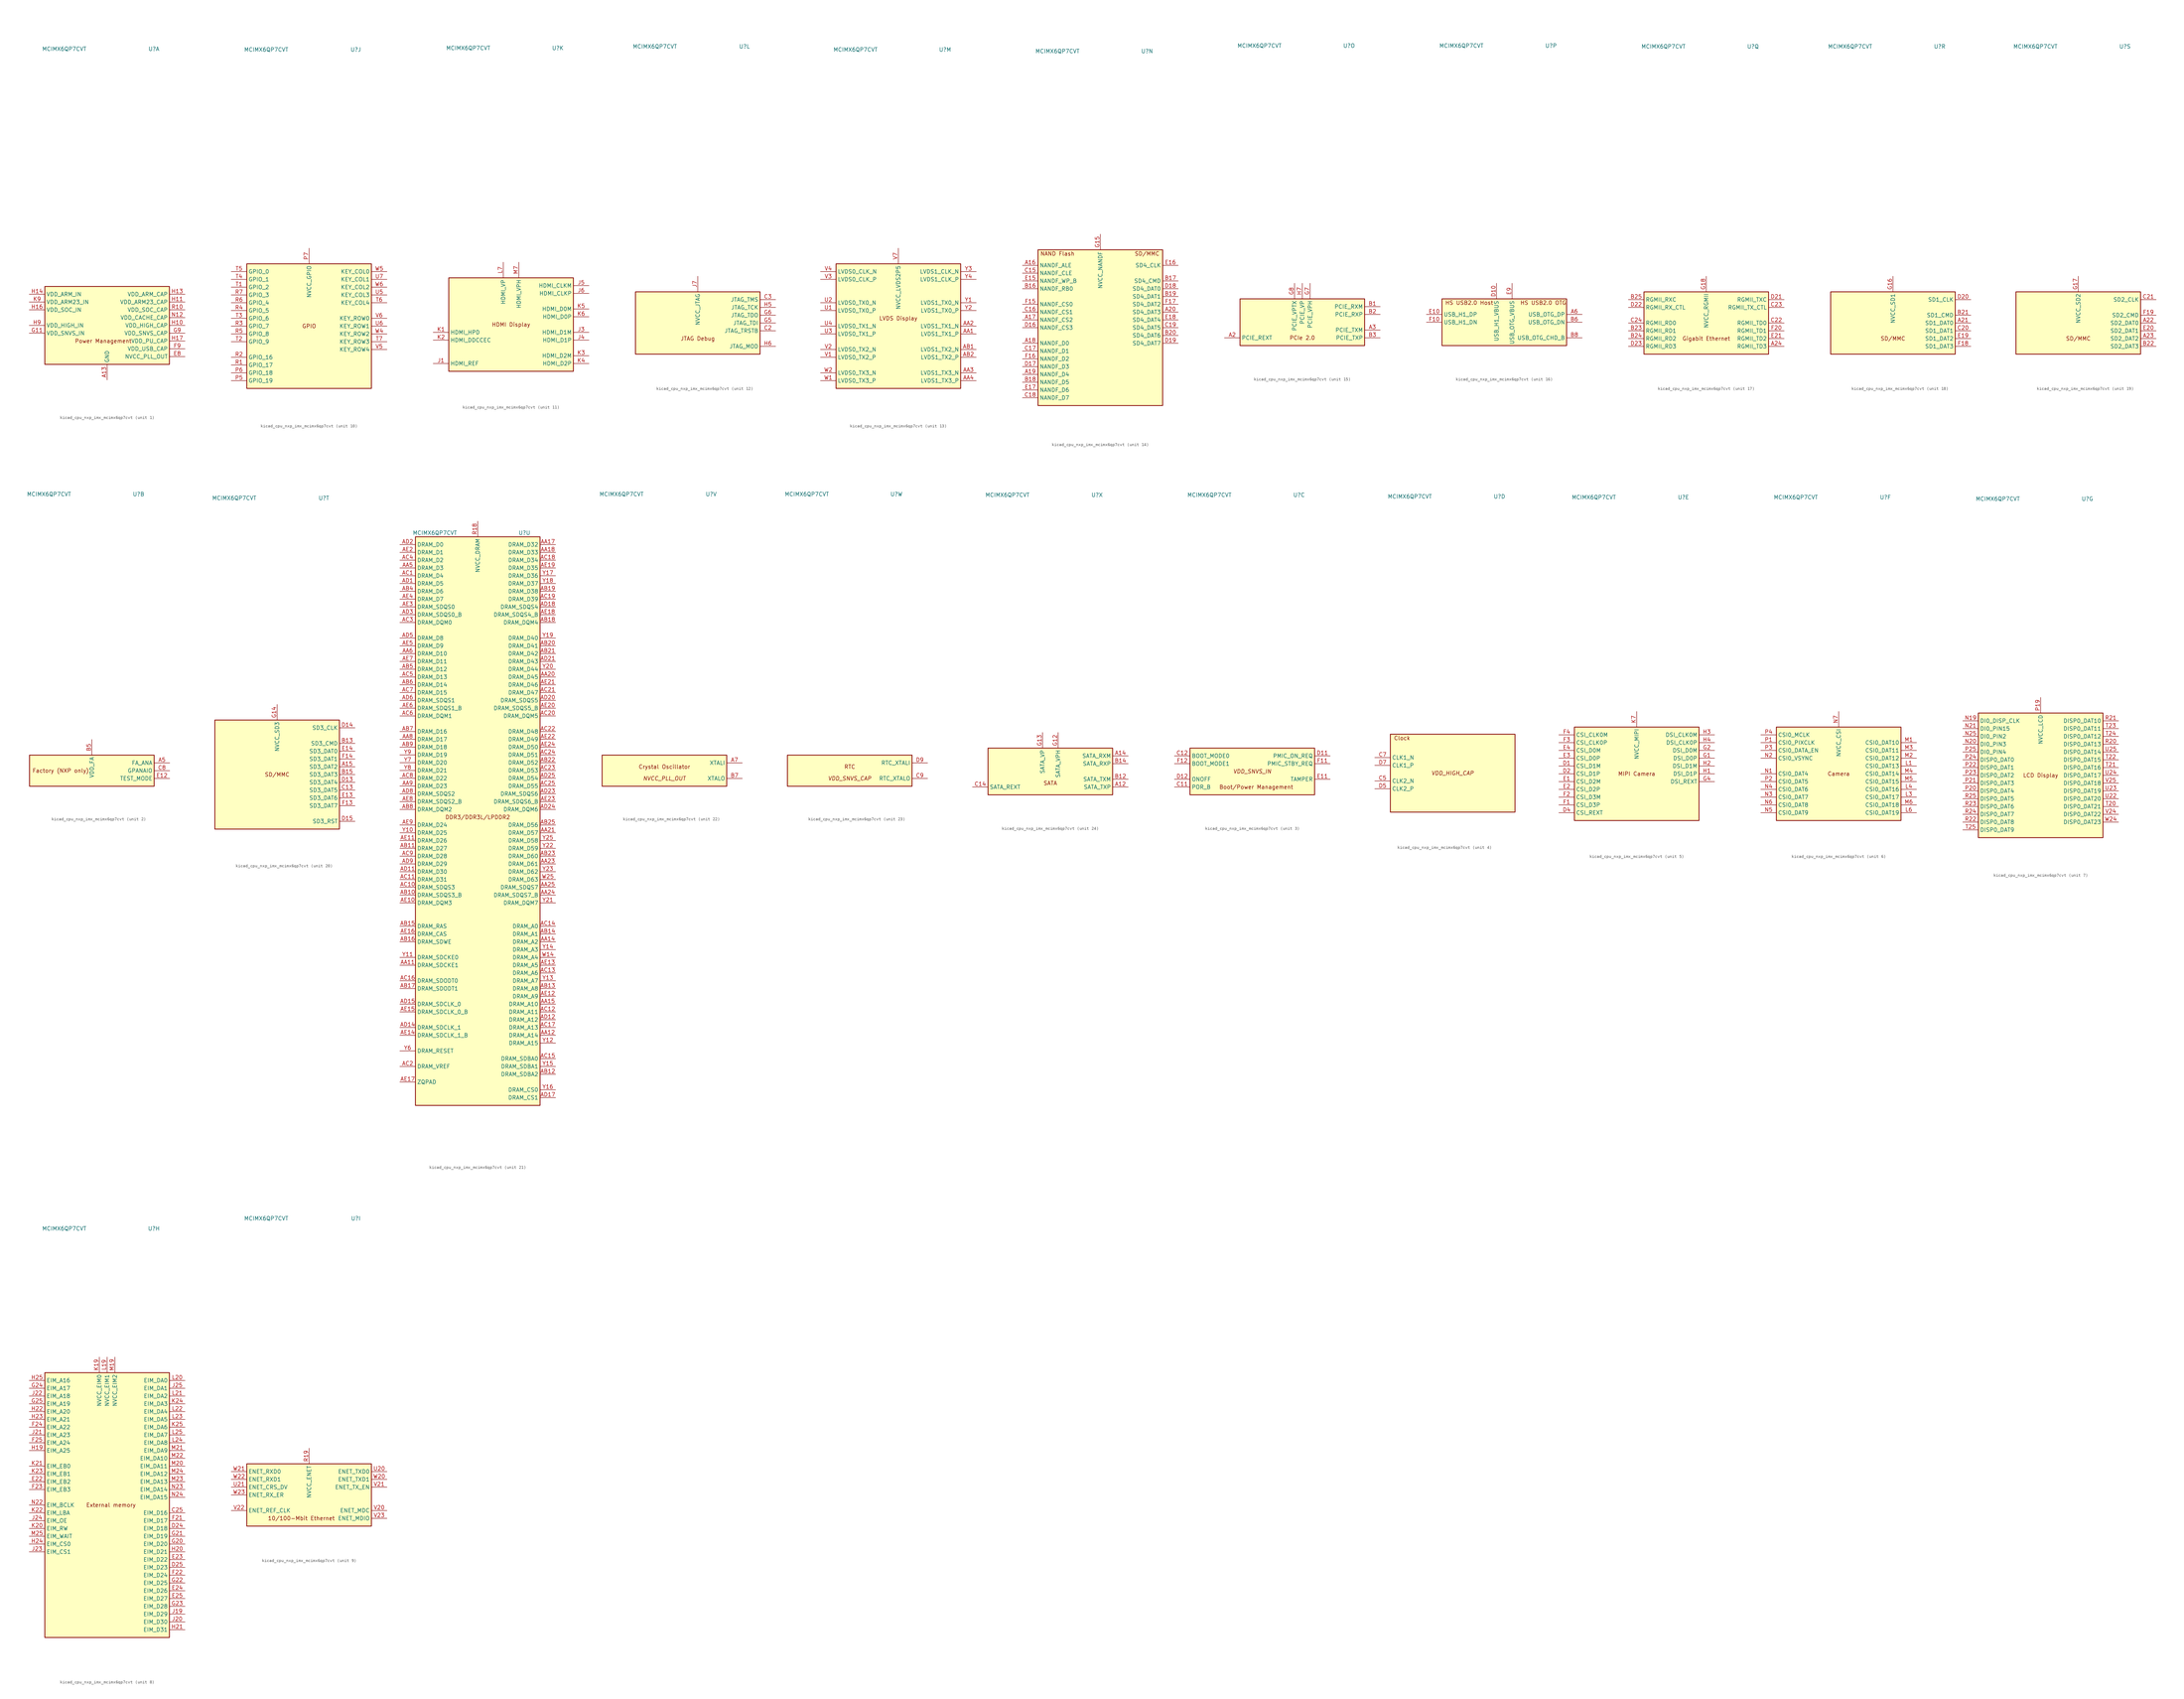
<source format=kicad_sym>
(kicad_symbol_lib
  (version 20220914)
  (generator kicad_symbol_editor)
  (symbol "kicad_cpu_nxp_imx_mcimx6qp7cvt"
    (property "Reference" "U"
      (at 15.24 90.17 0)
      (effects (font (size 1.27 1.27))))
    (property "Value" "MCIMX6QP7CVT"
      (at -13.97 90.17 0)
      (effects (font (size 1.27 1.27))))
    (property "ki_locked" ""
      (at 0 0 0)
      (effects (font (size 1.27 1.27))))
    (symbol "kicad_cpu_nxp_imx_mcimx6qp7cvt_1_0"
      (text "Power Management" (at -1.27 -5.08 0) (effects (font (size 1.27 1.27)))))
    (symbol "kicad_cpu_nxp_imx_mcimx6qp7cvt_1_1"
      (rectangle (start -20.32 12.7) (end 20.32 -12.7) (stroke (width 0.254) (type default)) (fill (type background)))
      (pin power_in line (at 0 -17.78 90) (length 5.08) (name "GND" (effects (font (size 1.27 1.27)))) (number "A13" (effects (font (size 1.27 1.27)))))
      (pin passive line (at 0 -17.78 90) (length 5.08) hide (name "GND" (effects (font (size 1.27 1.27)))) (number "A25" (effects (font (size 1.27 1.27)))))
      (pin passive line (at 0 -17.78 90) (length 5.08) hide (name "GND" (effects (font (size 1.27 1.27)))) (number "A4" (effects (font (size 1.27 1.27)))))
      (pin passive line (at 0 -17.78 90) (length 5.08) hide (name "GND" (effects (font (size 1.27 1.27)))) (number "A8" (effects (font (size 1.27 1.27)))))
      (pin passive line (at 0 -17.78 90) (length 5.08) hide (name "GND" (effects (font (size 1.27 1.27)))) (number "AA10" (effects (font (size 1.27 1.27)))))
      (pin passive line (at 0 -17.78 90) (length 5.08) hide (name "GND" (effects (font (size 1.27 1.27)))) (number "AA13" (effects (font (size 1.27 1.27)))))
      (pin passive line (at 0 -17.78 90) (length 5.08) hide (name "GND" (effects (font (size 1.27 1.27)))) (number "AA16" (effects (font (size 1.27 1.27)))))
      (pin passive line (at 0 -17.78 90) (length 5.08) hide (name "GND" (effects (font (size 1.27 1.27)))) (number "AA19" (effects (font (size 1.27 1.27)))))
      (pin passive line (at 0 -17.78 90) (length 5.08) hide (name "GND" (effects (font (size 1.27 1.27)))) (number "AA22" (effects (font (size 1.27 1.27)))))
      (pin passive line (at 0 -17.78 90) (length 5.08) hide (name "GND" (effects (font (size 1.27 1.27)))) (number "AA7" (effects (font (size 1.27 1.27)))))
      (pin passive line (at 0 -17.78 90) (length 5.08) hide (name "GND" (effects (font (size 1.27 1.27)))) (number "AB24" (effects (font (size 1.27 1.27)))))
      (pin passive line (at 0 -17.78 90) (length 5.08) hide (name "GND" (effects (font (size 1.27 1.27)))) (number "AB3" (effects (font (size 1.27 1.27)))))
      (pin passive line (at 0 -17.78 90) (length 5.08) hide (name "GND" (effects (font (size 1.27 1.27)))) (number "AD10" (effects (font (size 1.27 1.27)))))
      (pin passive line (at 0 -17.78 90) (length 5.08) hide (name "GND" (effects (font (size 1.27 1.27)))) (number "AD13" (effects (font (size 1.27 1.27)))))
      (pin passive line (at 0 -17.78 90) (length 5.08) hide (name "GND" (effects (font (size 1.27 1.27)))) (number "AD16" (effects (font (size 1.27 1.27)))))
      (pin passive line (at 0 -17.78 90) (length 5.08) hide (name "GND" (effects (font (size 1.27 1.27)))) (number "AD19" (effects (font (size 1.27 1.27)))))
      (pin passive line (at 0 -17.78 90) (length 5.08) hide (name "GND" (effects (font (size 1.27 1.27)))) (number "AD22" (effects (font (size 1.27 1.27)))))
      (pin passive line (at 0 -17.78 90) (length 5.08) hide (name "GND" (effects (font (size 1.27 1.27)))) (number "AD4" (effects (font (size 1.27 1.27)))))
      (pin passive line (at 0 -17.78 90) (length 5.08) hide (name "GND" (effects (font (size 1.27 1.27)))) (number "AD7" (effects (font (size 1.27 1.27)))))
      (pin passive line (at 0 -17.78 90) (length 5.08) hide (name "GND" (effects (font (size 1.27 1.27)))) (number "AE1" (effects (font (size 1.27 1.27)))))
      (pin passive line (at 0 -17.78 90) (length 5.08) hide (name "GND" (effects (font (size 1.27 1.27)))) (number "AE25" (effects (font (size 1.27 1.27)))))
      (pin passive line (at 0 -17.78 90) (length 5.08) hide (name "GND" (effects (font (size 1.27 1.27)))) (number "B4" (effects (font (size 1.27 1.27)))))
      (pin passive line (at 0 -17.78 90) (length 5.08) hide (name "GND" (effects (font (size 1.27 1.27)))) (number "C1" (effects (font (size 1.27 1.27)))))
      (pin passive line (at 0 -17.78 90) (length 5.08) hide (name "GND" (effects (font (size 1.27 1.27)))) (number "C10" (effects (font (size 1.27 1.27)))))
      (pin passive line (at 0 -17.78 90) (length 5.08) hide (name "GND" (effects (font (size 1.27 1.27)))) (number "C4" (effects (font (size 1.27 1.27)))))
      (pin passive line (at 0 -17.78 90) (length 5.08) hide (name "GND" (effects (font (size 1.27 1.27)))) (number "C6" (effects (font (size 1.27 1.27)))))
      (pin passive line (at 0 -17.78 90) (length 5.08) hide (name "GND" (effects (font (size 1.27 1.27)))) (number "D3" (effects (font (size 1.27 1.27)))))
      (pin passive line (at 0 -17.78 90) (length 5.08) hide (name "GND" (effects (font (size 1.27 1.27)))) (number "D6" (effects (font (size 1.27 1.27)))))
      (pin passive line (at 0 -17.78 90) (length 5.08) hide (name "GND" (effects (font (size 1.27 1.27)))) (number "D8" (effects (font (size 1.27 1.27)))))
      (pin passive line (at 0 -17.78 90) (length 5.08) hide (name "GND" (effects (font (size 1.27 1.27)))) (number "E5" (effects (font (size 1.27 1.27)))))
      (pin passive line (at 0 -17.78 90) (length 5.08) hide (name "GND" (effects (font (size 1.27 1.27)))) (number "E6" (effects (font (size 1.27 1.27)))))
      (pin passive line (at 0 -17.78 90) (length 5.08) hide (name "GND" (effects (font (size 1.27 1.27)))) (number "E7" (effects (font (size 1.27 1.27)))))
      (pin power_out line (at 25.4 -10.16 180) (length 5.08) (name "NVCC_PLL_OUT" (effects (font (size 1.27 1.27)))) (number "E8" (effects (font (size 1.27 1.27)))))
      (pin passive line (at 0 -17.78 90) (length 5.08) hide (name "GND" (effects (font (size 1.27 1.27)))) (number "F5" (effects (font (size 1.27 1.27)))))
      (pin passive line (at 0 -17.78 90) (length 5.08) hide (name "GND" (effects (font (size 1.27 1.27)))) (number "F6" (effects (font (size 1.27 1.27)))))
      (pin passive line (at 0 -17.78 90) (length 5.08) hide (name "GND" (effects (font (size 1.27 1.27)))) (number "F7" (effects (font (size 1.27 1.27)))))
      (pin passive line (at 0 -17.78 90) (length 5.08) hide (name "GND" (effects (font (size 1.27 1.27)))) (number "F8" (effects (font (size 1.27 1.27)))))
      (pin power_out line (at 25.4 -7.62 180) (length 5.08) (name "VDD_USB_CAP" (effects (font (size 1.27 1.27)))) (number "F9" (effects (font (size 1.27 1.27)))))
      (pin passive line (at 0 -17.78 90) (length 5.08) hide (name "GND" (effects (font (size 1.27 1.27)))) (number "G10" (effects (font (size 1.27 1.27)))))
      (pin power_in line (at -25.4 -2.54 0) (length 5.08) (name "VDD_SNVS_IN" (effects (font (size 1.27 1.27)))) (number "G11" (effects (font (size 1.27 1.27)))))
      (pin passive line (at 0 -17.78 90) (length 5.08) hide (name "GND" (effects (font (size 1.27 1.27)))) (number "G19" (effects (font (size 1.27 1.27)))))
      (pin passive line (at 0 -17.78 90) (length 5.08) hide (name "GND" (effects (font (size 1.27 1.27)))) (number "G3" (effects (font (size 1.27 1.27)))))
      (pin power_out line (at 25.4 -2.54 180) (length 5.08) (name "VDD_SNVS_CAP" (effects (font (size 1.27 1.27)))) (number "G9" (effects (font (size 1.27 1.27)))))
      (pin power_out line (at 25.4 0 180) (length 5.08) (name "VDD_HIGH_CAP" (effects (font (size 1.27 1.27)))) (number "H10" (effects (font (size 1.27 1.27)))))
      (pin power_out line (at 25.4 7.62 180) (length 5.08) (name "VDD_ARM23_CAP" (effects (font (size 1.27 1.27)))) (number "H11" (effects (font (size 1.27 1.27)))))
      (pin passive line (at 0 -17.78 90) (length 5.08) hide (name "GND" (effects (font (size 1.27 1.27)))) (number "H12" (effects (font (size 1.27 1.27)))))
      (pin power_out line (at 25.4 10.16 180) (length 5.08) (name "VDD_ARM_CAP" (effects (font (size 1.27 1.27)))) (number "H13" (effects (font (size 1.27 1.27)))))
      (pin power_in line (at -25.4 10.16 0) (length 5.08) (name "VDD_ARM_IN" (effects (font (size 1.27 1.27)))) (number "H14" (effects (font (size 1.27 1.27)))))
      (pin passive line (at 0 -17.78 90) (length 5.08) hide (name "GND" (effects (font (size 1.27 1.27)))) (number "H15" (effects (font (size 1.27 1.27)))))
      (pin power_in line (at -25.4 5.08 0) (length 5.08) (name "VDD_SOC_IN" (effects (font (size 1.27 1.27)))) (number "H16" (effects (font (size 1.27 1.27)))))
      (pin power_out line (at 25.4 -5.08 180) (length 5.08) (name "VDD_PU_CAP" (effects (font (size 1.27 1.27)))) (number "H17" (effects (font (size 1.27 1.27)))))
      (pin passive line (at 0 -17.78 90) (length 5.08) hide (name "GND" (effects (font (size 1.27 1.27)))) (number "H18" (effects (font (size 1.27 1.27)))))
      (pin passive line (at 0 -17.78 90) (length 5.08) hide (name "GND" (effects (font (size 1.27 1.27)))) (number "H8" (effects (font (size 1.27 1.27)))))
      (pin power_in line (at -25.4 0 0) (length 5.08) (name "VDD_HIGH_IN" (effects (font (size 1.27 1.27)))) (number "H9" (effects (font (size 1.27 1.27)))))
      (pin passive line (at 25.4 0 180) (length 5.08) hide (name "VDD_HIGH_CAP" (effects (font (size 1.27 1.27)))) (number "J10" (effects (font (size 1.27 1.27)))))
      (pin passive line (at 25.4 7.62 180) (length 5.08) hide (name "VDD_ARM23_CAP" (effects (font (size 1.27 1.27)))) (number "J11" (effects (font (size 1.27 1.27)))))
      (pin passive line (at 0 -17.78 90) (length 5.08) hide (name "GND" (effects (font (size 1.27 1.27)))) (number "J12" (effects (font (size 1.27 1.27)))))
      (pin passive line (at 25.4 10.16 180) (length 5.08) hide (name "VDD_ARM_CAP" (effects (font (size 1.27 1.27)))) (number "J13" (effects (font (size 1.27 1.27)))))
      (pin passive line (at -25.4 10.16 0) (length 5.08) hide (name "VDD_ARM_IN" (effects (font (size 1.27 1.27)))) (number "J14" (effects (font (size 1.27 1.27)))))
      (pin passive line (at 0 -17.78 90) (length 5.08) hide (name "GND" (effects (font (size 1.27 1.27)))) (number "J15" (effects (font (size 1.27 1.27)))))
      (pin passive line (at -25.4 5.08 0) (length 5.08) hide (name "VDD_SOC_IN" (effects (font (size 1.27 1.27)))) (number "J16" (effects (font (size 1.27 1.27)))))
      (pin passive line (at 25.4 -5.08 180) (length 5.08) hide (name "VDD_PU_CAP" (effects (font (size 1.27 1.27)))) (number "J17" (effects (font (size 1.27 1.27)))))
      (pin passive line (at 0 -17.78 90) (length 5.08) hide (name "GND" (effects (font (size 1.27 1.27)))) (number "J18" (effects (font (size 1.27 1.27)))))
      (pin passive line (at 0 -17.78 90) (length 5.08) hide (name "GND" (effects (font (size 1.27 1.27)))) (number "J2" (effects (font (size 1.27 1.27)))))
      (pin passive line (at 0 -17.78 90) (length 5.08) hide (name "GND" (effects (font (size 1.27 1.27)))) (number "J8" (effects (font (size 1.27 1.27)))))
      (pin passive line (at -25.4 0 0) (length 5.08) hide (name "VDD_HIGH_IN" (effects (font (size 1.27 1.27)))) (number "J9" (effects (font (size 1.27 1.27)))))
      (pin passive line (at 0 -17.78 90) (length 5.08) hide (name "GND" (effects (font (size 1.27 1.27)))) (number "K10" (effects (font (size 1.27 1.27)))))
      (pin passive line (at 25.4 7.62 180) (length 5.08) hide (name "VDD_ARM23_CAP" (effects (font (size 1.27 1.27)))) (number "K11" (effects (font (size 1.27 1.27)))))
      (pin passive line (at 0 -17.78 90) (length 5.08) hide (name "GND" (effects (font (size 1.27 1.27)))) (number "K12" (effects (font (size 1.27 1.27)))))
      (pin passive line (at 25.4 10.16 180) (length 5.08) hide (name "VDD_ARM_CAP" (effects (font (size 1.27 1.27)))) (number "K13" (effects (font (size 1.27 1.27)))))
      (pin passive line (at -25.4 10.16 0) (length 5.08) hide (name "VDD_ARM_IN" (effects (font (size 1.27 1.27)))) (number "K14" (effects (font (size 1.27 1.27)))))
      (pin passive line (at 0 -17.78 90) (length 5.08) hide (name "GND" (effects (font (size 1.27 1.27)))) (number "K15" (effects (font (size 1.27 1.27)))))
      (pin passive line (at -25.4 5.08 0) (length 5.08) hide (name "VDD_SOC_IN" (effects (font (size 1.27 1.27)))) (number "K16" (effects (font (size 1.27 1.27)))))
      (pin passive line (at 25.4 -5.08 180) (length 5.08) hide (name "VDD_PU_CAP" (effects (font (size 1.27 1.27)))) (number "K17" (effects (font (size 1.27 1.27)))))
      (pin passive line (at 0 -17.78 90) (length 5.08) hide (name "GND" (effects (font (size 1.27 1.27)))) (number "K18" (effects (font (size 1.27 1.27)))))
      (pin passive line (at 0 -17.78 90) (length 5.08) hide (name "GND" (effects (font (size 1.27 1.27)))) (number "K8" (effects (font (size 1.27 1.27)))))
      (pin power_in line (at -25.4 7.62 0) (length 5.08) (name "VDD_ARM23_IN" (effects (font (size 1.27 1.27)))) (number "K9" (effects (font (size 1.27 1.27)))))
      (pin passive line (at 0 -17.78 90) (length 5.08) hide (name "GND" (effects (font (size 1.27 1.27)))) (number "L10" (effects (font (size 1.27 1.27)))))
      (pin passive line (at 25.4 7.62 180) (length 5.08) hide (name "VDD_ARM23_CAP" (effects (font (size 1.27 1.27)))) (number "L11" (effects (font (size 1.27 1.27)))))
      (pin passive line (at 0 -17.78 90) (length 5.08) hide (name "GND" (effects (font (size 1.27 1.27)))) (number "L12" (effects (font (size 1.27 1.27)))))
      (pin passive line (at 25.4 10.16 180) (length 5.08) hide (name "VDD_ARM_CAP" (effects (font (size 1.27 1.27)))) (number "L13" (effects (font (size 1.27 1.27)))))
      (pin passive line (at -25.4 10.16 0) (length 5.08) hide (name "VDD_ARM_IN" (effects (font (size 1.27 1.27)))) (number "L14" (effects (font (size 1.27 1.27)))))
      (pin passive line (at 0 -17.78 90) (length 5.08) hide (name "GND" (effects (font (size 1.27 1.27)))) (number "L15" (effects (font (size 1.27 1.27)))))
      (pin passive line (at -25.4 5.08 0) (length 5.08) hide (name "VDD_SOC_IN" (effects (font (size 1.27 1.27)))) (number "L16" (effects (font (size 1.27 1.27)))))
      (pin passive line (at 25.4 -5.08 180) (length 5.08) hide (name "VDD_PU_CAP" (effects (font (size 1.27 1.27)))) (number "L17" (effects (font (size 1.27 1.27)))))
      (pin passive line (at 0 -17.78 90) (length 5.08) hide (name "GND" (effects (font (size 1.27 1.27)))) (number "L18" (effects (font (size 1.27 1.27)))))
      (pin passive line (at 0 -17.78 90) (length 5.08) hide (name "GND" (effects (font (size 1.27 1.27)))) (number "L2" (effects (font (size 1.27 1.27)))))
      (pin passive line (at 0 -17.78 90) (length 5.08) hide (name "GND" (effects (font (size 1.27 1.27)))) (number "L5" (effects (font (size 1.27 1.27)))))
      (pin passive line (at 0 -17.78 90) (length 5.08) hide (name "GND" (effects (font (size 1.27 1.27)))) (number "L8" (effects (font (size 1.27 1.27)))))
      (pin passive line (at -25.4 7.62 0) (length 5.08) hide (name "VDD_ARM23_IN" (effects (font (size 1.27 1.27)))) (number "L9" (effects (font (size 1.27 1.27)))))
      (pin passive line (at 0 -17.78 90) (length 5.08) hide (name "GND" (effects (font (size 1.27 1.27)))) (number "M10" (effects (font (size 1.27 1.27)))))
      (pin passive line (at 25.4 7.62 180) (length 5.08) hide (name "VDD_ARM23_CAP" (effects (font (size 1.27 1.27)))) (number "M11" (effects (font (size 1.27 1.27)))))
      (pin passive line (at 0 -17.78 90) (length 5.08) hide (name "GND" (effects (font (size 1.27 1.27)))) (number "M12" (effects (font (size 1.27 1.27)))))
      (pin passive line (at 25.4 10.16 180) (length 5.08) hide (name "VDD_ARM_CAP" (effects (font (size 1.27 1.27)))) (number "M13" (effects (font (size 1.27 1.27)))))
      (pin passive line (at -25.4 10.16 0) (length 5.08) hide (name "VDD_ARM_IN" (effects (font (size 1.27 1.27)))) (number "M14" (effects (font (size 1.27 1.27)))))
      (pin passive line (at 0 -17.78 90) (length 5.08) hide (name "GND" (effects (font (size 1.27 1.27)))) (number "M15" (effects (font (size 1.27 1.27)))))
      (pin passive line (at -25.4 5.08 0) (length 5.08) hide (name "VDD_SOC_IN" (effects (font (size 1.27 1.27)))) (number "M16" (effects (font (size 1.27 1.27)))))
      (pin passive line (at 25.4 -5.08 180) (length 5.08) hide (name "VDD_PU_CAP" (effects (font (size 1.27 1.27)))) (number "M17" (effects (font (size 1.27 1.27)))))
      (pin passive line (at 0 -17.78 90) (length 5.08) hide (name "GND" (effects (font (size 1.27 1.27)))) (number "M18" (effects (font (size 1.27 1.27)))))
      (pin passive line (at 0 -17.78 90) (length 5.08) hide (name "GND" (effects (font (size 1.27 1.27)))) (number "M8" (effects (font (size 1.27 1.27)))))
      (pin passive line (at -25.4 7.62 0) (length 5.08) hide (name "VDD_ARM23_IN" (effects (font (size 1.27 1.27)))) (number "M9" (effects (font (size 1.27 1.27)))))
      (pin passive line (at 0 -17.78 90) (length 5.08) hide (name "GND" (effects (font (size 1.27 1.27)))) (number "N10" (effects (font (size 1.27 1.27)))))
      (pin passive line (at 25.4 7.62 180) (length 5.08) hide (name "VDD_ARM23_CAP" (effects (font (size 1.27 1.27)))) (number "N11" (effects (font (size 1.27 1.27)))))
      (pin power_in line (at 25.4 2.54 180) (length 5.08) (name "VDD_CACHE_CAP" (effects (font (size 1.27 1.27)))) (number "N12" (effects (font (size 1.27 1.27)))))
      (pin passive line (at 25.4 10.16 180) (length 5.08) hide (name "VDD_ARM_CAP" (effects (font (size 1.27 1.27)))) (number "N13" (effects (font (size 1.27 1.27)))))
      (pin passive line (at -25.4 10.16 0) (length 5.08) hide (name "VDD_ARM_IN" (effects (font (size 1.27 1.27)))) (number "N14" (effects (font (size 1.27 1.27)))))
      (pin passive line (at 0 -17.78 90) (length 5.08) hide (name "GND" (effects (font (size 1.27 1.27)))) (number "N15" (effects (font (size 1.27 1.27)))))
      (pin passive line (at -25.4 5.08 0) (length 5.08) hide (name "VDD_SOC_IN" (effects (font (size 1.27 1.27)))) (number "N16" (effects (font (size 1.27 1.27)))))
      (pin passive line (at 25.4 -5.08 180) (length 5.08) hide (name "VDD_PU_CAP" (effects (font (size 1.27 1.27)))) (number "N17" (effects (font (size 1.27 1.27)))))
      (pin passive line (at 0 -17.78 90) (length 5.08) hide (name "GND" (effects (font (size 1.27 1.27)))) (number "N18" (effects (font (size 1.27 1.27)))))
      (pin passive line (at 0 -17.78 90) (length 5.08) hide (name "GND" (effects (font (size 1.27 1.27)))) (number "N8" (effects (font (size 1.27 1.27)))))
      (pin passive line (at -25.4 7.62 0) (length 5.08) hide (name "VDD_ARM23_IN" (effects (font (size 1.27 1.27)))) (number "N9" (effects (font (size 1.27 1.27)))))
      (pin passive line (at 0 -17.78 90) (length 5.08) hide (name "GND" (effects (font (size 1.27 1.27)))) (number "P10" (effects (font (size 1.27 1.27)))))
      (pin passive line (at 25.4 7.62 180) (length 5.08) hide (name "VDD_ARM23_CAP" (effects (font (size 1.27 1.27)))) (number "P11" (effects (font (size 1.27 1.27)))))
      (pin passive line (at 0 -17.78 90) (length 5.08) hide (name "GND" (effects (font (size 1.27 1.27)))) (number "P12" (effects (font (size 1.27 1.27)))))
      (pin passive line (at 25.4 10.16 180) (length 5.08) hide (name "VDD_ARM_CAP" (effects (font (size 1.27 1.27)))) (number "P13" (effects (font (size 1.27 1.27)))))
      (pin passive line (at -25.4 10.16 0) (length 5.08) hide (name "VDD_ARM_IN" (effects (font (size 1.27 1.27)))) (number "P14" (effects (font (size 1.27 1.27)))))
      (pin passive line (at 0 -17.78 90) (length 5.08) hide (name "GND" (effects (font (size 1.27 1.27)))) (number "P15" (effects (font (size 1.27 1.27)))))
      (pin passive line (at -25.4 5.08 0) (length 5.08) hide (name "VDD_SOC_IN" (effects (font (size 1.27 1.27)))) (number "P16" (effects (font (size 1.27 1.27)))))
      (pin passive line (at 25.4 -5.08 180) (length 5.08) hide (name "VDD_PU_CAP" (effects (font (size 1.27 1.27)))) (number "P17" (effects (font (size 1.27 1.27)))))
      (pin passive line (at 0 -17.78 90) (length 5.08) hide (name "GND" (effects (font (size 1.27 1.27)))) (number "P18" (effects (font (size 1.27 1.27)))))
      (pin passive line (at 0 -17.78 90) (length 5.08) hide (name "GND" (effects (font (size 1.27 1.27)))) (number "P8" (effects (font (size 1.27 1.27)))))
      (pin passive line (at -25.4 7.62 0) (length 5.08) hide (name "VDD_ARM23_IN" (effects (font (size 1.27 1.27)))) (number "P9" (effects (font (size 1.27 1.27)))))
      (pin power_out line (at 25.4 5.08 180) (length 5.08) (name "VDD_SOC_CAP" (effects (font (size 1.27 1.27)))) (number "R10" (effects (font (size 1.27 1.27)))))
      (pin passive line (at 25.4 7.62 180) (length 5.08) hide (name "VDD_ARM23_CAP" (effects (font (size 1.27 1.27)))) (number "R11" (effects (font (size 1.27 1.27)))))
      (pin passive line (at 0 -17.78 90) (length 5.08) hide (name "GND" (effects (font (size 1.27 1.27)))) (number "R12" (effects (font (size 1.27 1.27)))))
      (pin passive line (at 25.4 10.16 180) (length 5.08) hide (name "VDD_ARM_CAP" (effects (font (size 1.27 1.27)))) (number "R13" (effects (font (size 1.27 1.27)))))
      (pin passive line (at -25.4 10.16 0) (length 5.08) hide (name "VDD_ARM_IN" (effects (font (size 1.27 1.27)))) (number "R14" (effects (font (size 1.27 1.27)))))
      (pin passive line (at 0 -17.78 90) (length 5.08) hide (name "GND" (effects (font (size 1.27 1.27)))) (number "R15" (effects (font (size 1.27 1.27)))))
      (pin passive line (at -25.4 5.08 0) (length 5.08) hide (name "VDD_SOC_IN" (effects (font (size 1.27 1.27)))) (number "R16" (effects (font (size 1.27 1.27)))))
      (pin passive line (at 0 -17.78 90) (length 5.08) hide (name "GND" (effects (font (size 1.27 1.27)))) (number "R17" (effects (font (size 1.27 1.27)))))
      (pin passive line (at 0 -17.78 90) (length 5.08) hide (name "GND" (effects (font (size 1.27 1.27)))) (number "R8" (effects (font (size 1.27 1.27)))))
      (pin passive line (at -25.4 7.62 0) (length 5.08) hide (name "VDD_ARM23_IN" (effects (font (size 1.27 1.27)))) (number "R9" (effects (font (size 1.27 1.27)))))
      (pin passive line (at 25.4 5.08 180) (length 5.08) hide (name "VDD_SOC_CAP" (effects (font (size 1.27 1.27)))) (number "T10" (effects (font (size 1.27 1.27)))))
      (pin passive line (at 0 -17.78 90) (length 5.08) hide (name "GND" (effects (font (size 1.27 1.27)))) (number "T11" (effects (font (size 1.27 1.27)))))
      (pin passive line (at 0 -17.78 90) (length 5.08) hide (name "GND" (effects (font (size 1.27 1.27)))) (number "T12" (effects (font (size 1.27 1.27)))))
      (pin passive line (at 25.4 5.08 180) (length 5.08) hide (name "VDD_SOC_CAP" (effects (font (size 1.27 1.27)))) (number "T13" (effects (font (size 1.27 1.27)))))
      (pin passive line (at 25.4 5.08 180) (length 5.08) hide (name "VDD_SOC_CAP" (effects (font (size 1.27 1.27)))) (number "T14" (effects (font (size 1.27 1.27)))))
      (pin passive line (at 0 -17.78 90) (length 5.08) hide (name "GND" (effects (font (size 1.27 1.27)))) (number "T15" (effects (font (size 1.27 1.27)))))
      (pin passive line (at -25.4 5.08 0) (length 5.08) hide (name "VDD_SOC_IN" (effects (font (size 1.27 1.27)))) (number "T16" (effects (font (size 1.27 1.27)))))
      (pin passive line (at 0 -17.78 90) (length 5.08) hide (name "GND" (effects (font (size 1.27 1.27)))) (number "T17" (effects (font (size 1.27 1.27)))))
      (pin passive line (at 0 -17.78 90) (length 5.08) hide (name "GND" (effects (font (size 1.27 1.27)))) (number "T19" (effects (font (size 1.27 1.27)))))
      (pin passive line (at 0 -17.78 90) (length 5.08) hide (name "GND" (effects (font (size 1.27 1.27)))) (number "T8" (effects (font (size 1.27 1.27)))))
      (pin passive line (at -25.4 7.62 0) (length 5.08) hide (name "VDD_ARM23_IN" (effects (font (size 1.27 1.27)))) (number "T9" (effects (font (size 1.27 1.27)))))
      (pin passive line (at 25.4 5.08 180) (length 5.08) hide (name "VDD_SOC_CAP" (effects (font (size 1.27 1.27)))) (number "U10" (effects (font (size 1.27 1.27)))))
      (pin passive line (at 0 -17.78 90) (length 5.08) hide (name "GND" (effects (font (size 1.27 1.27)))) (number "U11" (effects (font (size 1.27 1.27)))))
      (pin passive line (at 0 -17.78 90) (length 5.08) hide (name "GND" (effects (font (size 1.27 1.27)))) (number "U12" (effects (font (size 1.27 1.27)))))
      (pin passive line (at 25.4 5.08 180) (length 5.08) hide (name "VDD_SOC_CAP" (effects (font (size 1.27 1.27)))) (number "U13" (effects (font (size 1.27 1.27)))))
      (pin passive line (at 25.4 5.08 180) (length 5.08) hide (name "VDD_SOC_CAP" (effects (font (size 1.27 1.27)))) (number "U14" (effects (font (size 1.27 1.27)))))
      (pin passive line (at 0 -17.78 90) (length 5.08) hide (name "GND" (effects (font (size 1.27 1.27)))) (number "U15" (effects (font (size 1.27 1.27)))))
      (pin passive line (at -25.4 5.08 0) (length 5.08) hide (name "VDD_SOC_IN" (effects (font (size 1.27 1.27)))) (number "U16" (effects (font (size 1.27 1.27)))))
      (pin passive line (at 0 -17.78 90) (length 5.08) hide (name "GND" (effects (font (size 1.27 1.27)))) (number "U17" (effects (font (size 1.27 1.27)))))
      (pin passive line (at 0 -17.78 90) (length 5.08) hide (name "GND" (effects (font (size 1.27 1.27)))) (number "U19" (effects (font (size 1.27 1.27)))))
      (pin passive line (at 0 -17.78 90) (length 5.08) hide (name "GND" (effects (font (size 1.27 1.27)))) (number "U8" (effects (font (size 1.27 1.27)))))
      (pin passive line (at -25.4 7.62 0) (length 5.08) hide (name "VDD_ARM23_IN" (effects (font (size 1.27 1.27)))) (number "U9" (effects (font (size 1.27 1.27)))))
      (pin passive line (at 0 -17.78 90) (length 5.08) hide (name "GND" (effects (font (size 1.27 1.27)))) (number "V19" (effects (font (size 1.27 1.27)))))
      (pin passive line (at 0 -17.78 90) (length 5.08) hide (name "GND" (effects (font (size 1.27 1.27)))) (number "V8" (effects (font (size 1.27 1.27)))))
      (pin passive line (at 0 -17.78 90) (length 5.08) hide (name "GND" (effects (font (size 1.27 1.27)))) (number "W10" (effects (font (size 1.27 1.27)))))
      (pin passive line (at 0 -17.78 90) (length 5.08) hide (name "GND" (effects (font (size 1.27 1.27)))) (number "W11" (effects (font (size 1.27 1.27)))))
      (pin passive line (at 0 -17.78 90) (length 5.08) hide (name "GND" (effects (font (size 1.27 1.27)))) (number "W12" (effects (font (size 1.27 1.27)))))
      (pin passive line (at 0 -17.78 90) (length 5.08) hide (name "GND" (effects (font (size 1.27 1.27)))) (number "W13" (effects (font (size 1.27 1.27)))))
      (pin passive line (at 0 -17.78 90) (length 5.08) hide (name "GND" (effects (font (size 1.27 1.27)))) (number "W15" (effects (font (size 1.27 1.27)))))
      (pin passive line (at 0 -17.78 90) (length 5.08) hide (name "GND" (effects (font (size 1.27 1.27)))) (number "W16" (effects (font (size 1.27 1.27)))))
      (pin passive line (at 0 -17.78 90) (length 5.08) hide (name "GND" (effects (font (size 1.27 1.27)))) (number "W17" (effects (font (size 1.27 1.27)))))
      (pin passive line (at 0 -17.78 90) (length 5.08) hide (name "GND" (effects (font (size 1.27 1.27)))) (number "W18" (effects (font (size 1.27 1.27)))))
      (pin passive line (at 0 -17.78 90) (length 5.08) hide (name "GND" (effects (font (size 1.27 1.27)))) (number "W19" (effects (font (size 1.27 1.27)))))
      (pin passive line (at 0 -17.78 90) (length 5.08) hide (name "GND" (effects (font (size 1.27 1.27)))) (number "W3" (effects (font (size 1.27 1.27)))))
      (pin passive line (at 0 -17.78 90) (length 5.08) hide (name "GND" (effects (font (size 1.27 1.27)))) (number "W7" (effects (font (size 1.27 1.27)))))
      (pin passive line (at 0 -17.78 90) (length 5.08) hide (name "GND" (effects (font (size 1.27 1.27)))) (number "W8" (effects (font (size 1.27 1.27)))))
      (pin passive line (at 0 -17.78 90) (length 5.08) hide (name "GND" (effects (font (size 1.27 1.27)))) (number "W9" (effects (font (size 1.27 1.27)))))
      (pin passive line (at 0 -17.78 90) (length 5.08) hide (name "GND" (effects (font (size 1.27 1.27)))) (number "Y24" (effects (font (size 1.27 1.27)))))
      (pin passive line (at 0 -17.78 90) (length 5.08) hide (name "GND" (effects (font (size 1.27 1.27)))) (number "Y5" (effects (font (size 1.27 1.27))))))
    (symbol "kicad_cpu_nxp_imx_mcimx6qp7cvt_2_0"
      (text "Factory (NXP only)" (at -10.16 0 0) (effects (font (size 1.27 1.27)))))
    (symbol "kicad_cpu_nxp_imx_mcimx6qp7cvt_2_1"
      (rectangle (start -20.32 5.08) (end 20.32 -5.08) (stroke (width 0.254) (type default)) (fill (type background)))
      (pin passive line (at 25.4 2.54 180) (length 5.08) (name "FA_ANA" (effects (font (size 1.27 1.27)))) (number "A5" (effects (font (size 1.27 1.27)))))
      (pin passive line (at 0 10.16 270) (length 5.08) (name "VDD_FA" (effects (font (size 1.27 1.27)))) (number "B5" (effects (font (size 1.27 1.27)))))
      (pin passive line (at 25.4 0 180) (length 5.08) (name "GPANAIO" (effects (font (size 1.27 1.27)))) (number "C8" (effects (font (size 1.27 1.27)))))
      (pin passive line (at 25.4 -2.54 180) (length 5.08) (name "TEST_MODE" (effects (font (size 1.27 1.27)))) (number "E12" (effects (font (size 1.27 1.27))))))
    (symbol "kicad_cpu_nxp_imx_mcimx6qp7cvt_3_0"
      (text "Boot/Power Management" (at 1.27 -5.08 0) (effects (font (size 1.27 1.27)))))
    (symbol "kicad_cpu_nxp_imx_mcimx6qp7cvt_3_1"
      (rectangle (start -20.32 7.62) (end 20.32 -7.62) (stroke (width 0.254) (type default)) (fill (type background)))
      (text "VDD_SNVS_IN" (at 0 0 0) (effects (font (size 1.27 1.27) italic)))
      (pin input line (at -25.4 -5.08 0) (length 5.08) (name "POR_B" (effects (font (size 1.27 1.27)))) (number "C11" (effects (font (size 1.27 1.27)))))
      (pin input line (at -25.4 5.08 0) (length 5.08) (name "BOOT_MODE0" (effects (font (size 1.27 1.27)))) (number "C12" (effects (font (size 1.27 1.27)))))
      (pin output line (at 25.4 5.08 180) (length 5.08) (name "PMIC_ON_REQ" (effects (font (size 1.27 1.27)))) (number "D11" (effects (font (size 1.27 1.27)))))
      (pin input line (at -25.4 -2.54 0) (length 5.08) (name "ONOFF" (effects (font (size 1.27 1.27)))) (number "D12" (effects (font (size 1.27 1.27)))))
      (pin input line (at 25.4 -2.54 180) (length 5.08) (name "TAMPER" (effects (font (size 1.27 1.27)))) (number "E11" (effects (font (size 1.27 1.27)))))
      (pin output line (at 25.4 2.54 180) (length 5.08) (name "PMIC_STBY_REQ" (effects (font (size 1.27 1.27)))) (number "F11" (effects (font (size 1.27 1.27)))))
      (pin input line (at -25.4 2.54 0) (length 5.08) (name "BOOT_MODE1" (effects (font (size 1.27 1.27)))) (number "F12" (effects (font (size 1.27 1.27))))))
    (symbol "kicad_cpu_nxp_imx_mcimx6qp7cvt_4_0"
      (text "Clock" (at -16.51 11.43 0) (effects (font (size 1.27 1.27)))))
    (symbol "kicad_cpu_nxp_imx_mcimx6qp7cvt_4_1"
      (rectangle (start -20.32 12.7) (end 20.32 -12.7) (stroke (width 0.254) (type default)) (fill (type background)))
      (text "VDD_HIGH_CAP" (at 0 0 0) (effects (font (size 1.27 1.27) italic)))
      (pin no_connect line (at 17.78 -2.54 180) (length 5.08) hide (name "NC" (effects (font (size 1.27 1.27)))) (number "A10" (effects (font (size 1.27 1.27)))))
      (pin no_connect line (at 17.78 7.62 180) (length 5.08) hide (name "NC" (effects (font (size 1.27 1.27)))) (number "A11" (effects (font (size 1.27 1.27)))))
      (pin no_connect line (at 17.78 -7.62 180) (length 5.08) hide (name "NC" (effects (font (size 1.27 1.27)))) (number "A9" (effects (font (size 1.27 1.27)))))
      (pin no_connect line (at 17.78 0 180) (length 5.08) hide (name "NC" (effects (font (size 1.27 1.27)))) (number "B10" (effects (font (size 1.27 1.27)))))
      (pin no_connect line (at 17.78 5.08 180) (length 5.08) hide (name "NC" (effects (font (size 1.27 1.27)))) (number "B11" (effects (font (size 1.27 1.27)))))
      (pin no_connect line (at 17.78 -10.16 180) (length 5.08) hide (name "NC" (effects (font (size 1.27 1.27)))) (number "B9" (effects (font (size 1.27 1.27)))))
      (pin bidirectional line (at -25.4 -2.54 0) (length 5.08) (name "CLK2_N" (effects (font (size 1.27 1.27)))) (number "C5" (effects (font (size 1.27 1.27)))))
      (pin bidirectional line (at -25.4 5.08 0) (length 5.08) (name "CLK1_N" (effects (font (size 1.27 1.27)))) (number "C7" (effects (font (size 1.27 1.27)))))
      (pin bidirectional line (at -25.4 -5.08 0) (length 5.08) (name "CLK2_P" (effects (font (size 1.27 1.27)))) (number "D5" (effects (font (size 1.27 1.27)))))
      (pin bidirectional line (at -25.4 2.54 0) (length 5.08) (name "CLK1_P" (effects (font (size 1.27 1.27)))) (number "D7" (effects (font (size 1.27 1.27))))))
    (symbol "kicad_cpu_nxp_imx_mcimx6qp7cvt_5_0"
      (text "MIPI Camera" (at 0 0 0) (effects (font (size 1.27 1.27)))))
    (symbol "kicad_cpu_nxp_imx_mcimx6qp7cvt_5_1"
      (rectangle (start -20.32 15.24) (end 20.32 -15.24) (stroke (width 0.254) (type default)) (fill (type background)))
      (pin input line (at -25.4 2.54 0) (length 5.08) (name "CSI_D1M" (effects (font (size 1.27 1.27)))) (number "D1" (effects (font (size 1.27 1.27)))))
      (pin input line (at -25.4 0 0) (length 5.08) (name "CSI_D1P" (effects (font (size 1.27 1.27)))) (number "D2" (effects (font (size 1.27 1.27)))))
      (pin passive line (at -25.4 -12.7 0) (length 5.08) (name "CSI_REXT" (effects (font (size 1.27 1.27)))) (number "D4" (effects (font (size 1.27 1.27)))))
      (pin input line (at -25.4 -2.54 0) (length 5.08) (name "CSI_D2M" (effects (font (size 1.27 1.27)))) (number "E1" (effects (font (size 1.27 1.27)))))
      (pin input line (at -25.4 -5.08 0) (length 5.08) (name "CSI_D2P" (effects (font (size 1.27 1.27)))) (number "E2" (effects (font (size 1.27 1.27)))))
      (pin input line (at -25.4 5.08 0) (length 5.08) (name "CSI_D0P" (effects (font (size 1.27 1.27)))) (number "E3" (effects (font (size 1.27 1.27)))))
      (pin input line (at -25.4 7.62 0) (length 5.08) (name "CSI_D0M" (effects (font (size 1.27 1.27)))) (number "E4" (effects (font (size 1.27 1.27)))))
      (pin input line (at -25.4 -10.16 0) (length 5.08) (name "CSI_D3P" (effects (font (size 1.27 1.27)))) (number "F1" (effects (font (size 1.27 1.27)))))
      (pin input line (at -25.4 -7.62 0) (length 5.08) (name "CSI_D3M" (effects (font (size 1.27 1.27)))) (number "F2" (effects (font (size 1.27 1.27)))))
      (pin input line (at -25.4 10.16 0) (length 5.08) (name "CSI_CLK0P" (effects (font (size 1.27 1.27)))) (number "F3" (effects (font (size 1.27 1.27)))))
      (pin input line (at -25.4 12.7 0) (length 5.08) (name "CSI_CLK0M" (effects (font (size 1.27 1.27)))) (number "F4" (effects (font (size 1.27 1.27)))))
      (pin output line (at 25.4 5.08 180) (length 5.08) (name "DSI_D0P" (effects (font (size 1.27 1.27)))) (number "G1" (effects (font (size 1.27 1.27)))))
      (pin output line (at 25.4 7.62 180) (length 5.08) (name "DSI_D0M" (effects (font (size 1.27 1.27)))) (number "G2" (effects (font (size 1.27 1.27)))))
      (pin passive line (at 25.4 -2.54 180) (length 5.08) (name "DSI_REXT" (effects (font (size 1.27 1.27)))) (number "G4" (effects (font (size 1.27 1.27)))))
      (pin output line (at 25.4 0 180) (length 5.08) (name "DSI_D1P" (effects (font (size 1.27 1.27)))) (number "H1" (effects (font (size 1.27 1.27)))))
      (pin output line (at 25.4 2.54 180) (length 5.08) (name "DSI_D1M" (effects (font (size 1.27 1.27)))) (number "H2" (effects (font (size 1.27 1.27)))))
      (pin output line (at 25.4 12.7 180) (length 5.08) (name "DSI_CLK0M" (effects (font (size 1.27 1.27)))) (number "H3" (effects (font (size 1.27 1.27)))))
      (pin output line (at 25.4 10.16 180) (length 5.08) (name "DSI_CLK0P" (effects (font (size 1.27 1.27)))) (number "H4" (effects (font (size 1.27 1.27)))))
      (pin power_in line (at 0 20.32 270) (length 5.08) (name "NVCC_MIPI" (effects (font (size 1.27 1.27)))) (number "K7" (effects (font (size 1.27 1.27))))))
    (symbol "kicad_cpu_nxp_imx_mcimx6qp7cvt_6_0"
      (text "Camera" (at 0 0 0) (effects (font (size 1.27 1.27)))))
    (symbol "kicad_cpu_nxp_imx_mcimx6qp7cvt_6_1"
      (rectangle (start -20.32 15.24) (end 20.32 -15.24) (stroke (width 0.254) (type default)) (fill (type background)))
      (pin bidirectional line (at 25.4 2.54 180) (length 5.08) (name "CSI0_DAT13" (effects (font (size 1.27 1.27)))) (number "L1" (effects (font (size 1.27 1.27)))))
      (pin bidirectional line (at 25.4 -7.62 180) (length 5.08) (name "CSI0_DAT17" (effects (font (size 1.27 1.27)))) (number "L3" (effects (font (size 1.27 1.27)))))
      (pin bidirectional line (at 25.4 -5.08 180) (length 5.08) (name "CSI0_DAT16" (effects (font (size 1.27 1.27)))) (number "L4" (effects (font (size 1.27 1.27)))))
      (pin bidirectional line (at 25.4 -12.7 180) (length 5.08) (name "CSI0_DAT19" (effects (font (size 1.27 1.27)))) (number "L6" (effects (font (size 1.27 1.27)))))
      (pin bidirectional line (at 25.4 10.16 180) (length 5.08) (name "CSI0_DAT10" (effects (font (size 1.27 1.27)))) (number "M1" (effects (font (size 1.27 1.27)))))
      (pin bidirectional line (at 25.4 5.08 180) (length 5.08) (name "CSI0_DAT12" (effects (font (size 1.27 1.27)))) (number "M2" (effects (font (size 1.27 1.27)))))
      (pin bidirectional line (at 25.4 7.62 180) (length 5.08) (name "CSI0_DAT11" (effects (font (size 1.27 1.27)))) (number "M3" (effects (font (size 1.27 1.27)))))
      (pin bidirectional line (at 25.4 0 180) (length 5.08) (name "CSI0_DAT14" (effects (font (size 1.27 1.27)))) (number "M4" (effects (font (size 1.27 1.27)))))
      (pin bidirectional line (at 25.4 -2.54 180) (length 5.08) (name "CSI0_DAT15" (effects (font (size 1.27 1.27)))) (number "M5" (effects (font (size 1.27 1.27)))))
      (pin bidirectional line (at 25.4 -10.16 180) (length 5.08) (name "CSI0_DAT18" (effects (font (size 1.27 1.27)))) (number "M6" (effects (font (size 1.27 1.27)))))
      (pin bidirectional line (at -25.4 0 0) (length 5.08) (name "CSI0_DAT4" (effects (font (size 1.27 1.27)))) (number "N1" (effects (font (size 1.27 1.27)))))
      (pin bidirectional line (at -25.4 5.08 0) (length 5.08) (name "CSI0_VSYNC" (effects (font (size 1.27 1.27)))) (number "N2" (effects (font (size 1.27 1.27)))))
      (pin bidirectional line (at -25.4 -7.62 0) (length 5.08) (name "CSI0_DAT7" (effects (font (size 1.27 1.27)))) (number "N3" (effects (font (size 1.27 1.27)))))
      (pin bidirectional line (at -25.4 -5.08 0) (length 5.08) (name "CSI0_DAT6" (effects (font (size 1.27 1.27)))) (number "N4" (effects (font (size 1.27 1.27)))))
      (pin bidirectional line (at -25.4 -12.7 0) (length 5.08) (name "CSI0_DAT9" (effects (font (size 1.27 1.27)))) (number "N5" (effects (font (size 1.27 1.27)))))
      (pin bidirectional line (at -25.4 -10.16 0) (length 5.08) (name "CSI0_DAT8" (effects (font (size 1.27 1.27)))) (number "N6" (effects (font (size 1.27 1.27)))))
      (pin power_in line (at 0 20.32 270) (length 5.08) (name "NVCC_CSI" (effects (font (size 1.27 1.27)))) (number "N7" (effects (font (size 1.27 1.27)))))
      (pin bidirectional line (at -25.4 10.16 0) (length 5.08) (name "CSI0_PIXCLK" (effects (font (size 1.27 1.27)))) (number "P1" (effects (font (size 1.27 1.27)))))
      (pin bidirectional line (at -25.4 -2.54 0) (length 5.08) (name "CSI0_DAT5" (effects (font (size 1.27 1.27)))) (number "P2" (effects (font (size 1.27 1.27)))))
      (pin bidirectional line (at -25.4 7.62 0) (length 5.08) (name "CSI0_DATA_EN" (effects (font (size 1.27 1.27)))) (number "P3" (effects (font (size 1.27 1.27)))))
      (pin bidirectional line (at -25.4 12.7 0) (length 5.08) (name "CSI0_MCLK" (effects (font (size 1.27 1.27)))) (number "P4" (effects (font (size 1.27 1.27))))))
    (symbol "kicad_cpu_nxp_imx_mcimx6qp7cvt_7_0"
      (text "LCD Display" (at 0 0 0) (effects (font (size 1.27 1.27)))))
    (symbol "kicad_cpu_nxp_imx_mcimx6qp7cvt_7_1"
      (rectangle (start -20.32 20.32) (end 20.32 -20.32) (stroke (width 0.254) (type default)) (fill (type background)))
      (pin bidirectional line (at -25.4 17.78 0) (length 5.08) (name "DI0_DISP_CLK" (effects (font (size 1.27 1.27)))) (number "N19" (effects (font (size 1.27 1.27)))))
      (pin bidirectional line (at -25.4 10.16 0) (length 5.08) (name "DI0_PIN3" (effects (font (size 1.27 1.27)))) (number "N20" (effects (font (size 1.27 1.27)))))
      (pin bidirectional line (at -25.4 15.24 0) (length 5.08) (name "DI0_PIN15" (effects (font (size 1.27 1.27)))) (number "N21" (effects (font (size 1.27 1.27)))))
      (pin bidirectional line (at -25.4 12.7 0) (length 5.08) (name "DI0_PIN2" (effects (font (size 1.27 1.27)))) (number "N25" (effects (font (size 1.27 1.27)))))
      (pin power_in line (at 0 25.4 270) (length 5.08) (name "NVCC_LCD" (effects (font (size 1.27 1.27)))) (number "P19" (effects (font (size 1.27 1.27)))))
      (pin bidirectional line (at -25.4 -5.08 0) (length 5.08) (name "DISP0_DAT4" (effects (font (size 1.27 1.27)))) (number "P20" (effects (font (size 1.27 1.27)))))
      (pin bidirectional line (at -25.4 -2.54 0) (length 5.08) (name "DISP0_DAT3" (effects (font (size 1.27 1.27)))) (number "P21" (effects (font (size 1.27 1.27)))))
      (pin bidirectional line (at -25.4 2.54 0) (length 5.08) (name "DISP0_DAT1" (effects (font (size 1.27 1.27)))) (number "P22" (effects (font (size 1.27 1.27)))))
      (pin bidirectional line (at -25.4 0 0) (length 5.08) (name "DISP0_DAT2" (effects (font (size 1.27 1.27)))) (number "P23" (effects (font (size 1.27 1.27)))))
      (pin bidirectional line (at -25.4 5.08 0) (length 5.08) (name "DISP0_DAT0" (effects (font (size 1.27 1.27)))) (number "P24" (effects (font (size 1.27 1.27)))))
      (pin bidirectional line (at -25.4 7.62 0) (length 5.08) (name "DI0_PIN4" (effects (font (size 1.27 1.27)))) (number "P25" (effects (font (size 1.27 1.27)))))
      (pin bidirectional line (at 25.4 10.16 180) (length 5.08) (name "DISP0_DAT13" (effects (font (size 1.27 1.27)))) (number "R20" (effects (font (size 1.27 1.27)))))
      (pin bidirectional line (at 25.4 17.78 180) (length 5.08) (name "DISP0_DAT10" (effects (font (size 1.27 1.27)))) (number "R21" (effects (font (size 1.27 1.27)))))
      (pin bidirectional line (at -25.4 -15.24 0) (length 5.08) (name "DISP0_DAT8" (effects (font (size 1.27 1.27)))) (number "R22" (effects (font (size 1.27 1.27)))))
      (pin bidirectional line (at -25.4 -10.16 0) (length 5.08) (name "DISP0_DAT6" (effects (font (size 1.27 1.27)))) (number "R23" (effects (font (size 1.27 1.27)))))
      (pin bidirectional line (at -25.4 -12.7 0) (length 5.08) (name "DISP0_DAT7" (effects (font (size 1.27 1.27)))) (number "R24" (effects (font (size 1.27 1.27)))))
      (pin bidirectional line (at -25.4 -7.62 0) (length 5.08) (name "DISP0_DAT5" (effects (font (size 1.27 1.27)))) (number "R25" (effects (font (size 1.27 1.27)))))
      (pin bidirectional line (at 25.4 -10.16 180) (length 5.08) (name "DISP0_DAT21" (effects (font (size 1.27 1.27)))) (number "T20" (effects (font (size 1.27 1.27)))))
      (pin bidirectional line (at 25.4 2.54 180) (length 5.08) (name "DISP0_DAT16" (effects (font (size 1.27 1.27)))) (number "T21" (effects (font (size 1.27 1.27)))))
      (pin bidirectional line (at 25.4 5.08 180) (length 5.08) (name "DISP0_DAT15" (effects (font (size 1.27 1.27)))) (number "T22" (effects (font (size 1.27 1.27)))))
      (pin bidirectional line (at 25.4 15.24 180) (length 5.08) (name "DISP0_DAT11" (effects (font (size 1.27 1.27)))) (number "T23" (effects (font (size 1.27 1.27)))))
      (pin bidirectional line (at 25.4 12.7 180) (length 5.08) (name "DISP0_DAT12" (effects (font (size 1.27 1.27)))) (number "T24" (effects (font (size 1.27 1.27)))))
      (pin bidirectional line (at -25.4 -17.78 0) (length 5.08) (name "DISP0_DAT9" (effects (font (size 1.27 1.27)))) (number "T25" (effects (font (size 1.27 1.27)))))
      (pin bidirectional line (at 25.4 -7.62 180) (length 5.08) (name "DISP0_DAT20" (effects (font (size 1.27 1.27)))) (number "U22" (effects (font (size 1.27 1.27)))))
      (pin bidirectional line (at 25.4 -5.08 180) (length 5.08) (name "DISP0_DAT19" (effects (font (size 1.27 1.27)))) (number "U23" (effects (font (size 1.27 1.27)))))
      (pin bidirectional line (at 25.4 0 180) (length 5.08) (name "DISP0_DAT17" (effects (font (size 1.27 1.27)))) (number "U24" (effects (font (size 1.27 1.27)))))
      (pin bidirectional line (at 25.4 7.62 180) (length 5.08) (name "DISP0_DAT14" (effects (font (size 1.27 1.27)))) (number "U25" (effects (font (size 1.27 1.27)))))
      (pin bidirectional line (at 25.4 -12.7 180) (length 5.08) (name "DISP0_DAT22" (effects (font (size 1.27 1.27)))) (number "V24" (effects (font (size 1.27 1.27)))))
      (pin bidirectional line (at 25.4 -2.54 180) (length 5.08) (name "DISP0_DAT18" (effects (font (size 1.27 1.27)))) (number "V25" (effects (font (size 1.27 1.27)))))
      (pin bidirectional line (at 25.4 -15.24 180) (length 5.08) (name "DISP0_DAT23" (effects (font (size 1.27 1.27)))) (number "W24" (effects (font (size 1.27 1.27))))))
    (symbol "kicad_cpu_nxp_imx_mcimx6qp7cvt_8_0"
      (text "External memory" (at 1.27 0 0) (effects (font (size 1.27 1.27)))))
    (symbol "kicad_cpu_nxp_imx_mcimx6qp7cvt_8_1"
      (rectangle (start -20.32 43.18) (end 20.32 -43.18) (stroke (width 0.254) (type default)) (fill (type background)))
      (pin bidirectional line (at 25.4 -2.54 180) (length 5.08) (name "EIM_D16" (effects (font (size 1.27 1.27)))) (number "C25" (effects (font (size 1.27 1.27)))))
      (pin bidirectional line (at 25.4 -7.62 180) (length 5.08) (name "EIM_D18" (effects (font (size 1.27 1.27)))) (number "D24" (effects (font (size 1.27 1.27)))))
      (pin bidirectional line (at 25.4 -20.32 180) (length 5.08) (name "EIM_D23" (effects (font (size 1.27 1.27)))) (number "D25" (effects (font (size 1.27 1.27)))))
      (pin bidirectional line (at -25.4 7.62 0) (length 5.08) (name "EIM_EB2" (effects (font (size 1.27 1.27)))) (number "E22" (effects (font (size 1.27 1.27)))))
      (pin bidirectional line (at 25.4 -17.78 180) (length 5.08) (name "EIM_D22" (effects (font (size 1.27 1.27)))) (number "E23" (effects (font (size 1.27 1.27)))))
      (pin bidirectional line (at 25.4 -27.94 180) (length 5.08) (name "EIM_D26" (effects (font (size 1.27 1.27)))) (number "E24" (effects (font (size 1.27 1.27)))))
      (pin bidirectional line (at 25.4 -30.48 180) (length 5.08) (name "EIM_D27" (effects (font (size 1.27 1.27)))) (number "E25" (effects (font (size 1.27 1.27)))))
      (pin bidirectional line (at 25.4 -5.08 180) (length 5.08) (name "EIM_D17" (effects (font (size 1.27 1.27)))) (number "F21" (effects (font (size 1.27 1.27)))))
      (pin bidirectional line (at 25.4 -22.86 180) (length 5.08) (name "EIM_D24" (effects (font (size 1.27 1.27)))) (number "F22" (effects (font (size 1.27 1.27)))))
      (pin bidirectional line (at -25.4 5.08 0) (length 5.08) (name "EIM_EB3" (effects (font (size 1.27 1.27)))) (number "F23" (effects (font (size 1.27 1.27)))))
      (pin bidirectional line (at -25.4 25.4 0) (length 5.08) (name "EIM_A22" (effects (font (size 1.27 1.27)))) (number "F24" (effects (font (size 1.27 1.27)))))
      (pin bidirectional line (at -25.4 20.32 0) (length 5.08) (name "EIM_A24" (effects (font (size 1.27 1.27)))) (number "F25" (effects (font (size 1.27 1.27)))))
      (pin bidirectional line (at 25.4 -12.7 180) (length 5.08) (name "EIM_D20" (effects (font (size 1.27 1.27)))) (number "G20" (effects (font (size 1.27 1.27)))))
      (pin bidirectional line (at 25.4 -10.16 180) (length 5.08) (name "EIM_D19" (effects (font (size 1.27 1.27)))) (number "G21" (effects (font (size 1.27 1.27)))))
      (pin bidirectional line (at 25.4 -25.4 180) (length 5.08) (name "EIM_D25" (effects (font (size 1.27 1.27)))) (number "G22" (effects (font (size 1.27 1.27)))))
      (pin bidirectional line (at 25.4 -33.02 180) (length 5.08) (name "EIM_D28" (effects (font (size 1.27 1.27)))) (number "G23" (effects (font (size 1.27 1.27)))))
      (pin bidirectional line (at -25.4 38.1 0) (length 5.08) (name "EIM_A17" (effects (font (size 1.27 1.27)))) (number "G24" (effects (font (size 1.27 1.27)))))
      (pin bidirectional line (at -25.4 33.02 0) (length 5.08) (name "EIM_A19" (effects (font (size 1.27 1.27)))) (number "G25" (effects (font (size 1.27 1.27)))))
      (pin bidirectional line (at -25.4 17.78 0) (length 5.08) (name "EIM_A25" (effects (font (size 1.27 1.27)))) (number "H19" (effects (font (size 1.27 1.27)))))
      (pin bidirectional line (at 25.4 -15.24 180) (length 5.08) (name "EIM_D21" (effects (font (size 1.27 1.27)))) (number "H20" (effects (font (size 1.27 1.27)))))
      (pin bidirectional line (at 25.4 -40.64 180) (length 5.08) (name "EIM_D31" (effects (font (size 1.27 1.27)))) (number "H21" (effects (font (size 1.27 1.27)))))
      (pin bidirectional line (at -25.4 30.48 0) (length 5.08) (name "EIM_A20" (effects (font (size 1.27 1.27)))) (number "H22" (effects (font (size 1.27 1.27)))))
      (pin bidirectional line (at -25.4 27.94 0) (length 5.08) (name "EIM_A21" (effects (font (size 1.27 1.27)))) (number "H23" (effects (font (size 1.27 1.27)))))
      (pin bidirectional line (at -25.4 -12.7 0) (length 5.08) (name "EIM_CS0" (effects (font (size 1.27 1.27)))) (number "H24" (effects (font (size 1.27 1.27)))))
      (pin bidirectional line (at -25.4 40.64 0) (length 5.08) (name "EIM_A16" (effects (font (size 1.27 1.27)))) (number "H25" (effects (font (size 1.27 1.27)))))
      (pin bidirectional line (at 25.4 -35.56 180) (length 5.08) (name "EIM_D29" (effects (font (size 1.27 1.27)))) (number "J19" (effects (font (size 1.27 1.27)))))
      (pin bidirectional line (at 25.4 -38.1 180) (length 5.08) (name "EIM_D30" (effects (font (size 1.27 1.27)))) (number "J20" (effects (font (size 1.27 1.27)))))
      (pin bidirectional line (at -25.4 22.86 0) (length 5.08) (name "EIM_A23" (effects (font (size 1.27 1.27)))) (number "J21" (effects (font (size 1.27 1.27)))))
      (pin bidirectional line (at -25.4 35.56 0) (length 5.08) (name "EIM_A18" (effects (font (size 1.27 1.27)))) (number "J22" (effects (font (size 1.27 1.27)))))
      (pin bidirectional line (at -25.4 -15.24 0) (length 5.08) (name "EIM_CS1" (effects (font (size 1.27 1.27)))) (number "J23" (effects (font (size 1.27 1.27)))))
      (pin bidirectional line (at -25.4 -5.08 0) (length 5.08) (name "EIM_OE" (effects (font (size 1.27 1.27)))) (number "J24" (effects (font (size 1.27 1.27)))))
      (pin bidirectional line (at 25.4 38.1 180) (length 5.08) (name "EIM_DA1" (effects (font (size 1.27 1.27)))) (number "J25" (effects (font (size 1.27 1.27)))))
      (pin power_in line (at -2.54 48.26 270) (length 5.08) (name "NVCC_EIM0" (effects (font (size 1.27 1.27)))) (number "K19" (effects (font (size 1.27 1.27)))))
      (pin bidirectional line (at -25.4 -7.62 0) (length 5.08) (name "EIM_RW" (effects (font (size 1.27 1.27)))) (number "K20" (effects (font (size 1.27 1.27)))))
      (pin bidirectional line (at -25.4 12.7 0) (length 5.08) (name "EIM_EB0" (effects (font (size 1.27 1.27)))) (number "K21" (effects (font (size 1.27 1.27)))))
      (pin bidirectional line (at -25.4 -2.54 0) (length 5.08) (name "EIM_LBA" (effects (font (size 1.27 1.27)))) (number "K22" (effects (font (size 1.27 1.27)))))
      (pin bidirectional line (at -25.4 10.16 0) (length 5.08) (name "EIM_EB1" (effects (font (size 1.27 1.27)))) (number "K23" (effects (font (size 1.27 1.27)))))
      (pin bidirectional line (at 25.4 33.02 180) (length 5.08) (name "EIM_DA3" (effects (font (size 1.27 1.27)))) (number "K24" (effects (font (size 1.27 1.27)))))
      (pin bidirectional line (at 25.4 25.4 180) (length 5.08) (name "EIM_DA6" (effects (font (size 1.27 1.27)))) (number "K25" (effects (font (size 1.27 1.27)))))
      (pin power_in line (at 0 48.26 270) (length 5.08) (name "NVCC_EIM1" (effects (font (size 1.27 1.27)))) (number "L19" (effects (font (size 1.27 1.27)))))
      (pin bidirectional line (at 25.4 40.64 180) (length 5.08) (name "EIM_DA0" (effects (font (size 1.27 1.27)))) (number "L20" (effects (font (size 1.27 1.27)))))
      (pin bidirectional line (at 25.4 35.56 180) (length 5.08) (name "EIM_DA2" (effects (font (size 1.27 1.27)))) (number "L21" (effects (font (size 1.27 1.27)))))
      (pin bidirectional line (at 25.4 30.48 180) (length 5.08) (name "EIM_DA4" (effects (font (size 1.27 1.27)))) (number "L22" (effects (font (size 1.27 1.27)))))
      (pin bidirectional line (at 25.4 27.94 180) (length 5.08) (name "EIM_DA5" (effects (font (size 1.27 1.27)))) (number "L23" (effects (font (size 1.27 1.27)))))
      (pin bidirectional line (at 25.4 20.32 180) (length 5.08) (name "EIM_DA8" (effects (font (size 1.27 1.27)))) (number "L24" (effects (font (size 1.27 1.27)))))
      (pin bidirectional line (at 25.4 22.86 180) (length 5.08) (name "EIM_DA7" (effects (font (size 1.27 1.27)))) (number "L25" (effects (font (size 1.27 1.27)))))
      (pin power_in line (at 2.54 48.26 270) (length 5.08) (name "NVCC_EIM2" (effects (font (size 1.27 1.27)))) (number "M19" (effects (font (size 1.27 1.27)))))
      (pin bidirectional line (at 25.4 12.7 180) (length 5.08) (name "EIM_DA11" (effects (font (size 1.27 1.27)))) (number "M20" (effects (font (size 1.27 1.27)))))
      (pin bidirectional line (at 25.4 17.78 180) (length 5.08) (name "EIM_DA9" (effects (font (size 1.27 1.27)))) (number "M21" (effects (font (size 1.27 1.27)))))
      (pin bidirectional line (at 25.4 15.24 180) (length 5.08) (name "EIM_DA10" (effects (font (size 1.27 1.27)))) (number "M22" (effects (font (size 1.27 1.27)))))
      (pin bidirectional line (at 25.4 7.62 180) (length 5.08) (name "EIM_DA13" (effects (font (size 1.27 1.27)))) (number "M23" (effects (font (size 1.27 1.27)))))
      (pin bidirectional line (at 25.4 10.16 180) (length 5.08) (name "EIM_DA12" (effects (font (size 1.27 1.27)))) (number "M24" (effects (font (size 1.27 1.27)))))
      (pin bidirectional line (at -25.4 -10.16 0) (length 5.08) (name "EIM_WAIT" (effects (font (size 1.27 1.27)))) (number "M25" (effects (font (size 1.27 1.27)))))
      (pin bidirectional line (at -25.4 0 0) (length 5.08) (name "EIM_BCLK" (effects (font (size 1.27 1.27)))) (number "N22" (effects (font (size 1.27 1.27)))))
      (pin bidirectional line (at 25.4 5.08 180) (length 5.08) (name "EIM_DA14" (effects (font (size 1.27 1.27)))) (number "N23" (effects (font (size 1.27 1.27)))))
      (pin bidirectional line (at 25.4 2.54 180) (length 5.08) (name "EIM_DA15" (effects (font (size 1.27 1.27)))) (number "N24" (effects (font (size 1.27 1.27))))))
    (symbol "kicad_cpu_nxp_imx_mcimx6qp7cvt_9_0"
      (text "10/100-Mbit Ethernet" (at -2.54 -7.62 0) (effects (font (size 1.27 1.27)))))
    (symbol "kicad_cpu_nxp_imx_mcimx6qp7cvt_9_1"
      (rectangle (start -20.32 10.16) (end 20.32 -10.16) (stroke (width 0.254) (type default)) (fill (type background)))
      (pin power_in line (at 0 15.24 270) (length 5.08) (name "NVCC_ENET" (effects (font (size 1.27 1.27)))) (number "R19" (effects (font (size 1.27 1.27)))))
      (pin bidirectional line (at 25.4 7.62 180) (length 5.08) (name "ENET_TXD0" (effects (font (size 1.27 1.27)))) (number "U20" (effects (font (size 1.27 1.27)))))
      (pin bidirectional line (at -25.4 2.54 0) (length 5.08) (name "ENET_CRS_DV" (effects (font (size 1.27 1.27)))) (number "U21" (effects (font (size 1.27 1.27)))))
      (pin bidirectional line (at 25.4 -5.08 180) (length 5.08) (name "ENET_MDC" (effects (font (size 1.27 1.27)))) (number "V20" (effects (font (size 1.27 1.27)))))
      (pin bidirectional line (at 25.4 2.54 180) (length 5.08) (name "ENET_TX_EN" (effects (font (size 1.27 1.27)))) (number "V21" (effects (font (size 1.27 1.27)))))
      (pin bidirectional line (at -25.4 -5.08 0) (length 5.08) (name "ENET_REF_CLK" (effects (font (size 1.27 1.27)))) (number "V22" (effects (font (size 1.27 1.27)))))
      (pin bidirectional line (at 25.4 -7.62 180) (length 5.08) (name "ENET_MDIO" (effects (font (size 1.27 1.27)))) (number "V23" (effects (font (size 1.27 1.27)))))
      (pin bidirectional line (at 25.4 5.08 180) (length 5.08) (name "ENET_TXD1" (effects (font (size 1.27 1.27)))) (number "W20" (effects (font (size 1.27 1.27)))))
      (pin bidirectional line (at -25.4 7.62 0) (length 5.08) (name "ENET_RXD0" (effects (font (size 1.27 1.27)))) (number "W21" (effects (font (size 1.27 1.27)))))
      (pin bidirectional line (at -25.4 5.08 0) (length 5.08) (name "ENET_RXD1" (effects (font (size 1.27 1.27)))) (number "W22" (effects (font (size 1.27 1.27)))))
      (pin bidirectional line (at -25.4 0 0) (length 5.08) (name "ENET_RX_ER" (effects (font (size 1.27 1.27)))) (number "W23" (effects (font (size 1.27 1.27))))))
    (symbol "kicad_cpu_nxp_imx_mcimx6qp7cvt_10_0"
      (text "GPIO" (at 0 0 0) (effects (font (size 1.27 1.27)))))
    (symbol "kicad_cpu_nxp_imx_mcimx6qp7cvt_10_1"
      (rectangle (start -20.32 20.32) (end 20.32 -20.32) (stroke (width 0.254) (type default)) (fill (type background)))
      (pin bidirectional line (at -25.4 -17.78 0) (length 5.08) (name "GPIO_19" (effects (font (size 1.27 1.27)))) (number "P5" (effects (font (size 1.27 1.27)))))
      (pin bidirectional line (at -25.4 -15.24 0) (length 5.08) (name "GPIO_18" (effects (font (size 1.27 1.27)))) (number "P6" (effects (font (size 1.27 1.27)))))
      (pin power_in line (at 0 25.4 270) (length 5.08) (name "NVCC_GPIO" (effects (font (size 1.27 1.27)))) (number "P7" (effects (font (size 1.27 1.27)))))
      (pin bidirectional line (at -25.4 -12.7 0) (length 5.08) (name "GPIO_17" (effects (font (size 1.27 1.27)))) (number "R1" (effects (font (size 1.27 1.27)))))
      (pin bidirectional line (at -25.4 -10.16 0) (length 5.08) (name "GPIO_16" (effects (font (size 1.27 1.27)))) (number "R2" (effects (font (size 1.27 1.27)))))
      (pin bidirectional line (at -25.4 0 0) (length 5.08) (name "GPIO_7" (effects (font (size 1.27 1.27)))) (number "R3" (effects (font (size 1.27 1.27)))))
      (pin bidirectional line (at -25.4 5.08 0) (length 5.08) (name "GPIO_5" (effects (font (size 1.27 1.27)))) (number "R4" (effects (font (size 1.27 1.27)))))
      (pin bidirectional line (at -25.4 -2.54 0) (length 5.08) (name "GPIO_8" (effects (font (size 1.27 1.27)))) (number "R5" (effects (font (size 1.27 1.27)))))
      (pin bidirectional line (at -25.4 7.62 0) (length 5.08) (name "GPIO_4" (effects (font (size 1.27 1.27)))) (number "R6" (effects (font (size 1.27 1.27)))))
      (pin bidirectional line (at -25.4 10.16 0) (length 5.08) (name "GPIO_3" (effects (font (size 1.27 1.27)))) (number "R7" (effects (font (size 1.27 1.27)))))
      (pin bidirectional line (at -25.4 12.7 0) (length 5.08) (name "GPIO_2" (effects (font (size 1.27 1.27)))) (number "T1" (effects (font (size 1.27 1.27)))))
      (pin bidirectional line (at -25.4 -5.08 0) (length 5.08) (name "GPIO_9" (effects (font (size 1.27 1.27)))) (number "T2" (effects (font (size 1.27 1.27)))))
      (pin bidirectional line (at -25.4 2.54 0) (length 5.08) (name "GPIO_6" (effects (font (size 1.27 1.27)))) (number "T3" (effects (font (size 1.27 1.27)))))
      (pin bidirectional line (at -25.4 15.24 0) (length 5.08) (name "GPIO_1" (effects (font (size 1.27 1.27)))) (number "T4" (effects (font (size 1.27 1.27)))))
      (pin bidirectional line (at -25.4 17.78 0) (length 5.08) (name "GPIO_0" (effects (font (size 1.27 1.27)))) (number "T5" (effects (font (size 1.27 1.27)))))
      (pin bidirectional line (at 25.4 7.62 180) (length 5.08) (name "KEY_COL4" (effects (font (size 1.27 1.27)))) (number "T6" (effects (font (size 1.27 1.27)))))
      (pin bidirectional line (at 25.4 -5.08 180) (length 5.08) (name "KEY_ROW3" (effects (font (size 1.27 1.27)))) (number "T7" (effects (font (size 1.27 1.27)))))
      (pin bidirectional line (at 25.4 10.16 180) (length 5.08) (name "KEY_COL3" (effects (font (size 1.27 1.27)))) (number "U5" (effects (font (size 1.27 1.27)))))
      (pin bidirectional line (at 25.4 0 180) (length 5.08) (name "KEY_ROW1" (effects (font (size 1.27 1.27)))) (number "U6" (effects (font (size 1.27 1.27)))))
      (pin bidirectional line (at 25.4 15.24 180) (length 5.08) (name "KEY_COL1" (effects (font (size 1.27 1.27)))) (number "U7" (effects (font (size 1.27 1.27)))))
      (pin bidirectional line (at 25.4 -7.62 180) (length 5.08) (name "KEY_ROW4" (effects (font (size 1.27 1.27)))) (number "V5" (effects (font (size 1.27 1.27)))))
      (pin bidirectional line (at 25.4 2.54 180) (length 5.08) (name "KEY_ROW0" (effects (font (size 1.27 1.27)))) (number "V6" (effects (font (size 1.27 1.27)))))
      (pin bidirectional line (at 25.4 -2.54 180) (length 5.08) (name "KEY_ROW2" (effects (font (size 1.27 1.27)))) (number "W4" (effects (font (size 1.27 1.27)))))
      (pin bidirectional line (at 25.4 17.78 180) (length 5.08) (name "KEY_COL0" (effects (font (size 1.27 1.27)))) (number "W5" (effects (font (size 1.27 1.27)))))
      (pin bidirectional line (at 25.4 12.7 180) (length 5.08) (name "KEY_COL2" (effects (font (size 1.27 1.27)))) (number "W6" (effects (font (size 1.27 1.27))))))
    (symbol "kicad_cpu_nxp_imx_mcimx6qp7cvt_11_0"
      (text "HDMI Display" (at 0 0 0) (effects (font (size 1.27 1.27)))))
    (symbol "kicad_cpu_nxp_imx_mcimx6qp7cvt_11_1"
      (rectangle (start -20.32 15.24) (end 20.32 -15.24) (stroke (width 0.254) (type default)) (fill (type background)))
      (pin passive line (at -25.4 -12.7 0) (length 5.08) (name "HDMI_REF" (effects (font (size 1.27 1.27)))) (number "J1" (effects (font (size 1.27 1.27)))))
      (pin output line (at 25.4 -2.54 180) (length 5.08) (name "HDMI_D1M" (effects (font (size 1.27 1.27)))) (number "J3" (effects (font (size 1.27 1.27)))))
      (pin output line (at 25.4 -5.08 180) (length 5.08) (name "HDMI_D1P" (effects (font (size 1.27 1.27)))) (number "J4" (effects (font (size 1.27 1.27)))))
      (pin output line (at 25.4 12.7 180) (length 5.08) (name "HDMI_CLKM" (effects (font (size 1.27 1.27)))) (number "J5" (effects (font (size 1.27 1.27)))))
      (pin output line (at 25.4 10.16 180) (length 5.08) (name "HDMI_CLKP" (effects (font (size 1.27 1.27)))) (number "J6" (effects (font (size 1.27 1.27)))))
      (pin input line (at -25.4 -2.54 0) (length 5.08) (name "HDMI_HPD" (effects (font (size 1.27 1.27)))) (number "K1" (effects (font (size 1.27 1.27)))))
      (pin passive line (at -25.4 -5.08 0) (length 5.08) (name "HDMI_DDCCEC" (effects (font (size 1.27 1.27)))) (number "K2" (effects (font (size 1.27 1.27)))))
      (pin output line (at 25.4 -10.16 180) (length 5.08) (name "HDMI_D2M" (effects (font (size 1.27 1.27)))) (number "K3" (effects (font (size 1.27 1.27)))))
      (pin output line (at 25.4 -12.7 180) (length 5.08) (name "HDMI_D2P" (effects (font (size 1.27 1.27)))) (number "K4" (effects (font (size 1.27 1.27)))))
      (pin output line (at 25.4 5.08 180) (length 5.08) (name "HDMI_D0M" (effects (font (size 1.27 1.27)))) (number "K5" (effects (font (size 1.27 1.27)))))
      (pin output line (at 25.4 2.54 180) (length 5.08) (name "HDMI_D0P" (effects (font (size 1.27 1.27)))) (number "K6" (effects (font (size 1.27 1.27)))))
      (pin power_in line (at -2.54 20.32 270) (length 5.08) (name "HDMI_VP" (effects (font (size 1.27 1.27)))) (number "L7" (effects (font (size 1.27 1.27)))))
      (pin power_in line (at 2.54 20.32 270) (length 5.08) (name "HDMI_VPH" (effects (font (size 1.27 1.27)))) (number "M7" (effects (font (size 1.27 1.27))))))
    (symbol "kicad_cpu_nxp_imx_mcimx6qp7cvt_12_0"
      (text "JTAG Debug" (at 0 -5.08 0) (effects (font (size 1.27 1.27)))))
    (symbol "kicad_cpu_nxp_imx_mcimx6qp7cvt_12_1"
      (rectangle (start -20.32 10.16) (end 20.32 -10.16) (stroke (width 0.254) (type default)) (fill (type background)))
      (pin bidirectional line (at 25.4 -2.54 180) (length 5.08) (name "JTAG_TRSTB" (effects (font (size 1.27 1.27)))) (number "C2" (effects (font (size 1.27 1.27)))))
      (pin bidirectional line (at 25.4 7.62 180) (length 5.08) (name "JTAG_TMS" (effects (font (size 1.27 1.27)))) (number "C3" (effects (font (size 1.27 1.27)))))
      (pin bidirectional line (at 25.4 0 180) (length 5.08) (name "JTAG_TDI" (effects (font (size 1.27 1.27)))) (number "G5" (effects (font (size 1.27 1.27)))))
      (pin bidirectional line (at 25.4 2.54 180) (length 5.08) (name "JTAG_TDO" (effects (font (size 1.27 1.27)))) (number "G6" (effects (font (size 1.27 1.27)))))
      (pin bidirectional line (at 25.4 5.08 180) (length 5.08) (name "JTAG_TCK" (effects (font (size 1.27 1.27)))) (number "H5" (effects (font (size 1.27 1.27)))))
      (pin input line (at 25.4 -7.62 180) (length 5.08) (name "JTAG_MOD" (effects (font (size 1.27 1.27)))) (number "H6" (effects (font (size 1.27 1.27)))))
      (pin power_in line (at 0 15.24 270) (length 5.08) (name "NVCC_JTAG" (effects (font (size 1.27 1.27)))) (number "J7" (effects (font (size 1.27 1.27))))))
    (symbol "kicad_cpu_nxp_imx_mcimx6qp7cvt_13_0"
      (text "LVDS Display" (at 0 2.54 0) (effects (font (size 1.27 1.27)))))
    (symbol "kicad_cpu_nxp_imx_mcimx6qp7cvt_13_1"
      (rectangle (start -20.32 20.32) (end 20.32 -20.32) (stroke (width 0.254) (type default)) (fill (type background)))
      (pin output line (at 25.4 -2.54 180) (length 5.08) (name "LVDS1_TX1_P" (effects (font (size 1.27 1.27)))) (number "AA1" (effects (font (size 1.27 1.27)))))
      (pin output line (at 25.4 0 180) (length 5.08) (name "LVDS1_TX1_N" (effects (font (size 1.27 1.27)))) (number "AA2" (effects (font (size 1.27 1.27)))))
      (pin output line (at 25.4 -15.24 180) (length 5.08) (name "LVDS1_TX3_N" (effects (font (size 1.27 1.27)))) (number "AA3" (effects (font (size 1.27 1.27)))))
      (pin output line (at 25.4 -17.78 180) (length 5.08) (name "LVDS1_TX3_P" (effects (font (size 1.27 1.27)))) (number "AA4" (effects (font (size 1.27 1.27)))))
      (pin output line (at 25.4 -7.62 180) (length 5.08) (name "LVDS1_TX2_N" (effects (font (size 1.27 1.27)))) (number "AB1" (effects (font (size 1.27 1.27)))))
      (pin output line (at 25.4 -10.16 180) (length 5.08) (name "LVDS1_TX2_P" (effects (font (size 1.27 1.27)))) (number "AB2" (effects (font (size 1.27 1.27)))))
      (pin output line (at -25.4 5.08 0) (length 5.08) (name "LVDS0_TX0_P" (effects (font (size 1.27 1.27)))) (number "U1" (effects (font (size 1.27 1.27)))))
      (pin output line (at -25.4 7.62 0) (length 5.08) (name "LVDS0_TX0_N" (effects (font (size 1.27 1.27)))) (number "U2" (effects (font (size 1.27 1.27)))))
      (pin output line (at -25.4 -2.54 0) (length 5.08) (name "LVDS0_TX1_P" (effects (font (size 1.27 1.27)))) (number "U3" (effects (font (size 1.27 1.27)))))
      (pin output line (at -25.4 0 0) (length 5.08) (name "LVDS0_TX1_N" (effects (font (size 1.27 1.27)))) (number "U4" (effects (font (size 1.27 1.27)))))
      (pin output line (at -25.4 -10.16 0) (length 5.08) (name "LVDS0_TX2_P" (effects (font (size 1.27 1.27)))) (number "V1" (effects (font (size 1.27 1.27)))))
      (pin output line (at -25.4 -7.62 0) (length 5.08) (name "LVDS0_TX2_N" (effects (font (size 1.27 1.27)))) (number "V2" (effects (font (size 1.27 1.27)))))
      (pin output line (at -25.4 15.24 0) (length 5.08) (name "LVDS0_CLK_P" (effects (font (size 1.27 1.27)))) (number "V3" (effects (font (size 1.27 1.27)))))
      (pin output line (at -25.4 17.78 0) (length 5.08) (name "LVDS0_CLK_N" (effects (font (size 1.27 1.27)))) (number "V4" (effects (font (size 1.27 1.27)))))
      (pin power_in line (at 0 25.4 270) (length 5.08) (name "NVCC_LVDS2P5" (effects (font (size 1.27 1.27)))) (number "V7" (effects (font (size 1.27 1.27)))))
      (pin output line (at -25.4 -17.78 0) (length 5.08) (name "LVDS0_TX3_P" (effects (font (size 1.27 1.27)))) (number "W1" (effects (font (size 1.27 1.27)))))
      (pin output line (at -25.4 -15.24 0) (length 5.08) (name "LVDS0_TX3_N" (effects (font (size 1.27 1.27)))) (number "W2" (effects (font (size 1.27 1.27)))))
      (pin output line (at 25.4 7.62 180) (length 5.08) (name "LVDS1_TX0_N" (effects (font (size 1.27 1.27)))) (number "Y1" (effects (font (size 1.27 1.27)))))
      (pin output line (at 25.4 5.08 180) (length 5.08) (name "LVDS1_TX0_P" (effects (font (size 1.27 1.27)))) (number "Y2" (effects (font (size 1.27 1.27)))))
      (pin output line (at 25.4 17.78 180) (length 5.08) (name "LVDS1_CLK_N" (effects (font (size 1.27 1.27)))) (number "Y3" (effects (font (size 1.27 1.27)))))
      (pin output line (at 25.4 15.24 180) (length 5.08) (name "LVDS1_CLK_P" (effects (font (size 1.27 1.27)))) (number "Y4" (effects (font (size 1.27 1.27))))))
    (symbol "kicad_cpu_nxp_imx_mcimx6qp7cvt_14_0"
      (text "NAND Flash" (at -13.97 24.13 0) (effects (font (size 1.27 1.27))))
      (text "SD/MMC" (at 15.24 24.13 0) (effects (font (size 1.27 1.27)))))
    (symbol "kicad_cpu_nxp_imx_mcimx6qp7cvt_14_1"
      (rectangle (start -20.32 25.4) (end 20.32 -25.4) (stroke (width 0.254) (type default)) (fill (type background)))
      (pin bidirectional line (at -25.4 20.32 0) (length 5.08) (name "NANDF_ALE" (effects (font (size 1.27 1.27)))) (number "A16" (effects (font (size 1.27 1.27)))))
      (pin bidirectional line (at -25.4 2.54 0) (length 5.08) (name "NANDF_CS2" (effects (font (size 1.27 1.27)))) (number "A17" (effects (font (size 1.27 1.27)))))
      (pin bidirectional line (at -25.4 -5.08 0) (length 5.08) (name "NANDF_D0" (effects (font (size 1.27 1.27)))) (number "A18" (effects (font (size 1.27 1.27)))))
      (pin bidirectional line (at -25.4 -15.24 0) (length 5.08) (name "NANDF_D4" (effects (font (size 1.27 1.27)))) (number "A19" (effects (font (size 1.27 1.27)))))
      (pin bidirectional line (at 25.4 5.08 180) (length 5.08) (name "SD4_DAT3" (effects (font (size 1.27 1.27)))) (number "A20" (effects (font (size 1.27 1.27)))))
      (pin bidirectional line (at -25.4 12.7 0) (length 5.08) (name "NANDF_RB0" (effects (font (size 1.27 1.27)))) (number "B16" (effects (font (size 1.27 1.27)))))
      (pin bidirectional line (at 25.4 15.24 180) (length 5.08) (name "SD4_CMD" (effects (font (size 1.27 1.27)))) (number "B17" (effects (font (size 1.27 1.27)))))
      (pin bidirectional line (at -25.4 -17.78 0) (length 5.08) (name "NANDF_D5" (effects (font (size 1.27 1.27)))) (number "B18" (effects (font (size 1.27 1.27)))))
      (pin bidirectional line (at 25.4 10.16 180) (length 5.08) (name "SD4_DAT1" (effects (font (size 1.27 1.27)))) (number "B19" (effects (font (size 1.27 1.27)))))
      (pin bidirectional line (at 25.4 -2.54 180) (length 5.08) (name "SD4_DAT6" (effects (font (size 1.27 1.27)))) (number "B20" (effects (font (size 1.27 1.27)))))
      (pin bidirectional line (at -25.4 17.78 0) (length 5.08) (name "NANDF_CLE" (effects (font (size 1.27 1.27)))) (number "C15" (effects (font (size 1.27 1.27)))))
      (pin bidirectional line (at -25.4 5.08 0) (length 5.08) (name "NANDF_CS1" (effects (font (size 1.27 1.27)))) (number "C16" (effects (font (size 1.27 1.27)))))
      (pin bidirectional line (at -25.4 -7.62 0) (length 5.08) (name "NANDF_D1" (effects (font (size 1.27 1.27)))) (number "C17" (effects (font (size 1.27 1.27)))))
      (pin bidirectional line (at -25.4 -22.86 0) (length 5.08) (name "NANDF_D7" (effects (font (size 1.27 1.27)))) (number "C18" (effects (font (size 1.27 1.27)))))
      (pin bidirectional line (at 25.4 0 180) (length 5.08) (name "SD4_DAT5" (effects (font (size 1.27 1.27)))) (number "C19" (effects (font (size 1.27 1.27)))))
      (pin bidirectional line (at -25.4 0 0) (length 5.08) (name "NANDF_CS3" (effects (font (size 1.27 1.27)))) (number "D16" (effects (font (size 1.27 1.27)))))
      (pin bidirectional line (at -25.4 -12.7 0) (length 5.08) (name "NANDF_D3" (effects (font (size 1.27 1.27)))) (number "D17" (effects (font (size 1.27 1.27)))))
      (pin bidirectional line (at 25.4 12.7 180) (length 5.08) (name "SD4_DAT0" (effects (font (size 1.27 1.27)))) (number "D18" (effects (font (size 1.27 1.27)))))
      (pin bidirectional line (at 25.4 -5.08 180) (length 5.08) (name "SD4_DAT7" (effects (font (size 1.27 1.27)))) (number "D19" (effects (font (size 1.27 1.27)))))
      (pin bidirectional line (at -25.4 15.24 0) (length 5.08) (name "NANDF_WP_B" (effects (font (size 1.27 1.27)))) (number "E15" (effects (font (size 1.27 1.27)))))
      (pin bidirectional line (at 25.4 20.32 180) (length 5.08) (name "SD4_CLK" (effects (font (size 1.27 1.27)))) (number "E16" (effects (font (size 1.27 1.27)))))
      (pin bidirectional line (at -25.4 -20.32 0) (length 5.08) (name "NANDF_D6" (effects (font (size 1.27 1.27)))) (number "E17" (effects (font (size 1.27 1.27)))))
      (pin bidirectional line (at 25.4 2.54 180) (length 5.08) (name "SD4_DAT4" (effects (font (size 1.27 1.27)))) (number "E18" (effects (font (size 1.27 1.27)))))
      (pin bidirectional line (at -25.4 7.62 0) (length 5.08) (name "NANDF_CS0" (effects (font (size 1.27 1.27)))) (number "F15" (effects (font (size 1.27 1.27)))))
      (pin bidirectional line (at -25.4 -10.16 0) (length 5.08) (name "NANDF_D2" (effects (font (size 1.27 1.27)))) (number "F16" (effects (font (size 1.27 1.27)))))
      (pin bidirectional line (at 25.4 7.62 180) (length 5.08) (name "SD4_DAT2" (effects (font (size 1.27 1.27)))) (number "F17" (effects (font (size 1.27 1.27)))))
      (pin power_in line (at 0 30.48 270) (length 5.08) (name "NVCC_NANDF" (effects (font (size 1.27 1.27)))) (number "G15" (effects (font (size 1.27 1.27))))))
    (symbol "kicad_cpu_nxp_imx_mcimx6qp7cvt_15_0"
      (text "PCIe 2.0" (at 0 -5.08 0) (effects (font (size 1.27 1.27)))))
    (symbol "kicad_cpu_nxp_imx_mcimx6qp7cvt_15_1"
      (rectangle (start -20.32 7.62) (end 20.32 -7.62) (stroke (width 0.254) (type default)) (fill (type background)))
      (pin passive line (at -25.4 -5.08 0) (length 5.08) (name "PCIE_REXT" (effects (font (size 1.27 1.27)))) (number "A2" (effects (font (size 1.27 1.27)))))
      (pin output line (at 25.4 -2.54 180) (length 5.08) (name "PCIE_TXM" (effects (font (size 1.27 1.27)))) (number "A3" (effects (font (size 1.27 1.27)))))
      (pin input line (at 25.4 5.08 180) (length 5.08) (name "PCIE_RXM" (effects (font (size 1.27 1.27)))) (number "B1" (effects (font (size 1.27 1.27)))))
      (pin input line (at 25.4 2.54 180) (length 5.08) (name "PCIE_RXP" (effects (font (size 1.27 1.27)))) (number "B2" (effects (font (size 1.27 1.27)))))
      (pin output line (at 25.4 -5.08 180) (length 5.08) (name "PCIE_TXP" (effects (font (size 1.27 1.27)))) (number "B3" (effects (font (size 1.27 1.27)))))
      (pin power_in line (at 2.54 12.7 270) (length 5.08) (name "PCIE_VPH" (effects (font (size 1.27 1.27)))) (number "G7" (effects (font (size 1.27 1.27)))))
      (pin power_in line (at -2.54 12.7 270) (length 5.08) (name "PCIE_VPTX" (effects (font (size 1.27 1.27)))) (number "G8" (effects (font (size 1.27 1.27)))))
      (pin power_in line (at 0 12.7 270) (length 5.08) (name "PCIE_VP" (effects (font (size 1.27 1.27)))) (number "H7" (effects (font (size 1.27 1.27))))))
    (symbol "kicad_cpu_nxp_imx_mcimx6qp7cvt_16_0"
      (text "HS USB2.0 Host" (at -11.43 6.35 0) (effects (font (size 1.27 1.27))))
      (text "HS USB2.0 OTG" (at 12.7 6.35 0) (effects (font (size 1.27 1.27)))))
    (symbol "kicad_cpu_nxp_imx_mcimx6qp7cvt_16_1"
      (rectangle (start -20.32 7.62) (end 20.32 -7.62) (stroke (width 0.254) (type default)) (fill (type background)))
      (pin bidirectional line (at 25.4 2.54 180) (length 5.08) (name "USB_OTG_DP" (effects (font (size 1.27 1.27)))) (number "A6" (effects (font (size 1.27 1.27)))))
      (pin bidirectional line (at 25.4 0 180) (length 5.08) (name "USB_OTG_DN" (effects (font (size 1.27 1.27)))) (number "B6" (effects (font (size 1.27 1.27)))))
      (pin bidirectional line (at 25.4 -5.08 180) (length 5.08) (name "USB_OTG_CHD_B" (effects (font (size 1.27 1.27)))) (number "B8" (effects (font (size 1.27 1.27)))))
      (pin power_in line (at -2.54 12.7 270) (length 5.08) (name "USB_H1_VBUS" (effects (font (size 1.27 1.27)))) (number "D10" (effects (font (size 1.27 1.27)))))
      (pin bidirectional line (at -25.4 2.54 0) (length 5.08) (name "USB_H1_DP" (effects (font (size 1.27 1.27)))) (number "E10" (effects (font (size 1.27 1.27)))))
      (pin power_in line (at 2.54 12.7 270) (length 5.08) (name "USB_OTG_VBUS" (effects (font (size 1.27 1.27)))) (number "E9" (effects (font (size 1.27 1.27)))))
      (pin bidirectional line (at -25.4 0 0) (length 5.08) (name "USB_H1_DN" (effects (font (size 1.27 1.27)))) (number "F10" (effects (font (size 1.27 1.27))))))
    (symbol "kicad_cpu_nxp_imx_mcimx6qp7cvt_17_0"
      (text "Gigabit Ethernet" (at 0 -5.08 0) (effects (font (size 1.27 1.27)))))
    (symbol "kicad_cpu_nxp_imx_mcimx6qp7cvt_17_1"
      (rectangle (start -20.32 10.16) (end 20.32 -10.16) (stroke (width 0.254) (type default)) (fill (type background)))
      (pin bidirectional line (at 25.4 -7.62 180) (length 5.08) (name "RGMII_TD3" (effects (font (size 1.27 1.27)))) (number "A24" (effects (font (size 1.27 1.27)))))
      (pin bidirectional line (at -25.4 -2.54 0) (length 5.08) (name "RGMII_RD1" (effects (font (size 1.27 1.27)))) (number "B23" (effects (font (size 1.27 1.27)))))
      (pin bidirectional line (at -25.4 -5.08 0) (length 5.08) (name "RGMII_RD2" (effects (font (size 1.27 1.27)))) (number "B24" (effects (font (size 1.27 1.27)))))
      (pin bidirectional line (at -25.4 7.62 0) (length 5.08) (name "RGMII_RXC" (effects (font (size 1.27 1.27)))) (number "B25" (effects (font (size 1.27 1.27)))))
      (pin bidirectional line (at 25.4 0 180) (length 5.08) (name "RGMII_TD0" (effects (font (size 1.27 1.27)))) (number "C22" (effects (font (size 1.27 1.27)))))
      (pin bidirectional line (at 25.4 5.08 180) (length 5.08) (name "RGMII_TX_CTL" (effects (font (size 1.27 1.27)))) (number "C23" (effects (font (size 1.27 1.27)))))
      (pin bidirectional line (at -25.4 0 0) (length 5.08) (name "RGMII_RD0" (effects (font (size 1.27 1.27)))) (number "C24" (effects (font (size 1.27 1.27)))))
      (pin bidirectional line (at 25.4 7.62 180) (length 5.08) (name "RGMII_TXC" (effects (font (size 1.27 1.27)))) (number "D21" (effects (font (size 1.27 1.27)))))
      (pin bidirectional line (at -25.4 5.08 0) (length 5.08) (name "RGMII_RX_CTL" (effects (font (size 1.27 1.27)))) (number "D22" (effects (font (size 1.27 1.27)))))
      (pin bidirectional line (at -25.4 -7.62 0) (length 5.08) (name "RGMII_RD3" (effects (font (size 1.27 1.27)))) (number "D23" (effects (font (size 1.27 1.27)))))
      (pin bidirectional line (at 25.4 -5.08 180) (length 5.08) (name "RGMII_TD2" (effects (font (size 1.27 1.27)))) (number "E21" (effects (font (size 1.27 1.27)))))
      (pin bidirectional line (at 25.4 -2.54 180) (length 5.08) (name "RGMII_TD1" (effects (font (size 1.27 1.27)))) (number "F20" (effects (font (size 1.27 1.27)))))
      (pin power_in line (at 0 15.24 270) (length 5.08) (name "NVCC_RGMII" (effects (font (size 1.27 1.27)))) (number "G18" (effects (font (size 1.27 1.27))))))
    (symbol "kicad_cpu_nxp_imx_mcimx6qp7cvt_18_0"
      (text "SD/MMC" (at 0 -5.08 0) (effects (font (size 1.27 1.27)))))
    (symbol "kicad_cpu_nxp_imx_mcimx6qp7cvt_18_1"
      (rectangle (start -20.32 10.16) (end 20.32 -10.16) (stroke (width 0.254) (type default)) (fill (type background)))
      (pin bidirectional line (at 25.4 0 180) (length 5.08) (name "SD1_DAT0" (effects (font (size 1.27 1.27)))) (number "A21" (effects (font (size 1.27 1.27)))))
      (pin bidirectional line (at 25.4 2.54 180) (length 5.08) (name "SD1_CMD" (effects (font (size 1.27 1.27)))) (number "B21" (effects (font (size 1.27 1.27)))))
      (pin bidirectional line (at 25.4 -2.54 180) (length 5.08) (name "SD1_DAT1" (effects (font (size 1.27 1.27)))) (number "C20" (effects (font (size 1.27 1.27)))))
      (pin bidirectional line (at 25.4 7.62 180) (length 5.08) (name "SD1_CLK" (effects (font (size 1.27 1.27)))) (number "D20" (effects (font (size 1.27 1.27)))))
      (pin bidirectional line (at 25.4 -5.08 180) (length 5.08) (name "SD1_DAT2" (effects (font (size 1.27 1.27)))) (number "E19" (effects (font (size 1.27 1.27)))))
      (pin bidirectional line (at 25.4 -7.62 180) (length 5.08) (name "SD1_DAT3" (effects (font (size 1.27 1.27)))) (number "F18" (effects (font (size 1.27 1.27)))))
      (pin power_in line (at 0 15.24 270) (length 5.08) (name "NVCC_SD1" (effects (font (size 1.27 1.27)))) (number "G16" (effects (font (size 1.27 1.27))))))
    (symbol "kicad_cpu_nxp_imx_mcimx6qp7cvt_19_0"
      (text "SD/MMC" (at 0 -5.08 0) (effects (font (size 1.27 1.27)))))
    (symbol "kicad_cpu_nxp_imx_mcimx6qp7cvt_19_1"
      (rectangle (start -20.32 10.16) (end 20.32 -10.16) (stroke (width 0.254) (type default)) (fill (type background)))
      (pin bidirectional line (at 25.4 0 180) (length 5.08) (name "SD2_DAT0" (effects (font (size 1.27 1.27)))) (number "A22" (effects (font (size 1.27 1.27)))))
      (pin bidirectional line (at 25.4 -5.08 180) (length 5.08) (name "SD2_DAT2" (effects (font (size 1.27 1.27)))) (number "A23" (effects (font (size 1.27 1.27)))))
      (pin bidirectional line (at 25.4 -7.62 180) (length 5.08) (name "SD2_DAT3" (effects (font (size 1.27 1.27)))) (number "B22" (effects (font (size 1.27 1.27)))))
      (pin bidirectional line (at 25.4 7.62 180) (length 5.08) (name "SD2_CLK" (effects (font (size 1.27 1.27)))) (number "C21" (effects (font (size 1.27 1.27)))))
      (pin bidirectional line (at 25.4 -2.54 180) (length 5.08) (name "SD2_DAT1" (effects (font (size 1.27 1.27)))) (number "E20" (effects (font (size 1.27 1.27)))))
      (pin bidirectional line (at 25.4 2.54 180) (length 5.08) (name "SD2_CMD" (effects (font (size 1.27 1.27)))) (number "F19" (effects (font (size 1.27 1.27)))))
      (pin power_in line (at 0 15.24 270) (length 5.08) (name "NVCC_SD2" (effects (font (size 1.27 1.27)))) (number "G17" (effects (font (size 1.27 1.27))))))
    (symbol "kicad_cpu_nxp_imx_mcimx6qp7cvt_20_0"
      (text "SD/MMC" (at 0 0 0) (effects (font (size 1.27 1.27)))))
    (symbol "kicad_cpu_nxp_imx_mcimx6qp7cvt_20_1"
      (rectangle (start -20.32 17.78) (end 20.32 -17.78) (stroke (width 0.254) (type default)) (fill (type background)))
      (pin bidirectional line (at 25.4 2.54 180) (length 5.08) (name "SD3_DAT2" (effects (font (size 1.27 1.27)))) (number "A15" (effects (font (size 1.27 1.27)))))
      (pin bidirectional line (at 25.4 10.16 180) (length 5.08) (name "SD3_CMD" (effects (font (size 1.27 1.27)))) (number "B13" (effects (font (size 1.27 1.27)))))
      (pin bidirectional line (at 25.4 0 180) (length 5.08) (name "SD3_DAT3" (effects (font (size 1.27 1.27)))) (number "B15" (effects (font (size 1.27 1.27)))))
      (pin bidirectional line (at 25.4 -5.08 180) (length 5.08) (name "SD3_DAT5" (effects (font (size 1.27 1.27)))) (number "C13" (effects (font (size 1.27 1.27)))))
      (pin bidirectional line (at 25.4 -2.54 180) (length 5.08) (name "SD3_DAT4" (effects (font (size 1.27 1.27)))) (number "D13" (effects (font (size 1.27 1.27)))))
      (pin bidirectional line (at 25.4 15.24 180) (length 5.08) (name "SD3_CLK" (effects (font (size 1.27 1.27)))) (number "D14" (effects (font (size 1.27 1.27)))))
      (pin bidirectional line (at 25.4 -15.24 180) (length 5.08) (name "SD3_RST" (effects (font (size 1.27 1.27)))) (number "D15" (effects (font (size 1.27 1.27)))))
      (pin bidirectional line (at 25.4 -7.62 180) (length 5.08) (name "SD3_DAT6" (effects (font (size 1.27 1.27)))) (number "E13" (effects (font (size 1.27 1.27)))))
      (pin bidirectional line (at 25.4 7.62 180) (length 5.08) (name "SD3_DAT0" (effects (font (size 1.27 1.27)))) (number "E14" (effects (font (size 1.27 1.27)))))
      (pin bidirectional line (at 25.4 -10.16 180) (length 5.08) (name "SD3_DAT7" (effects (font (size 1.27 1.27)))) (number "F13" (effects (font (size 1.27 1.27)))))
      (pin bidirectional line (at 25.4 5.08 180) (length 5.08) (name "SD3_DAT1" (effects (font (size 1.27 1.27)))) (number "F14" (effects (font (size 1.27 1.27)))))
      (pin power_in line (at 0 22.86 270) (length 5.08) (name "NVCC_SD3" (effects (font (size 1.27 1.27)))) (number "G14" (effects (font (size 1.27 1.27))))))
    (symbol "kicad_cpu_nxp_imx_mcimx6qp7cvt_21_0"
      (text "DDR3/DDR3L/LPDDR2" (at 0 -2.54 0) (effects (font (size 1.27 1.27)))))
    (symbol "kicad_cpu_nxp_imx_mcimx6qp7cvt_21_1"
      (rectangle (start -20.32 88.9) (end 20.32 -96.52) (stroke (width 0.254) (type default)) (fill (type background)))
      (pin output line (at -25.4 -50.8 0) (length 5.08) (name "DRAM_SDCKE1" (effects (font (size 1.27 1.27)))) (number "AA11" (effects (font (size 1.27 1.27)))))
      (pin output line (at 25.4 -73.66 180) (length 5.08) (name "DRAM_A14" (effects (font (size 1.27 1.27)))) (number "AA12" (effects (font (size 1.27 1.27)))))
      (pin output line (at 25.4 -43.18 180) (length 5.08) (name "DRAM_A2" (effects (font (size 1.27 1.27)))) (number "AA14" (effects (font (size 1.27 1.27)))))
      (pin output line (at 25.4 -63.5 180) (length 5.08) (name "DRAM_A10" (effects (font (size 1.27 1.27)))) (number "AA15" (effects (font (size 1.27 1.27)))))
      (pin bidirectional line (at 25.4 86.36 180) (length 5.08) (name "DRAM_D32" (effects (font (size 1.27 1.27)))) (number "AA17" (effects (font (size 1.27 1.27)))))
      (pin bidirectional line (at 25.4 83.82 180) (length 5.08) (name "DRAM_D33" (effects (font (size 1.27 1.27)))) (number "AA18" (effects (font (size 1.27 1.27)))))
      (pin bidirectional line (at 25.4 43.18 180) (length 5.08) (name "DRAM_D45" (effects (font (size 1.27 1.27)))) (number "AA20" (effects (font (size 1.27 1.27)))))
      (pin bidirectional line (at 25.4 -7.62 180) (length 5.08) (name "DRAM_D57" (effects (font (size 1.27 1.27)))) (number "AA21" (effects (font (size 1.27 1.27)))))
      (pin bidirectional line (at 25.4 -17.78 180) (length 5.08) (name "DRAM_D61" (effects (font (size 1.27 1.27)))) (number "AA23" (effects (font (size 1.27 1.27)))))
      (pin bidirectional line (at 25.4 -27.94 180) (length 5.08) (name "DRAM_SDQS7_B" (effects (font (size 1.27 1.27)))) (number "AA24" (effects (font (size 1.27 1.27)))))
      (pin bidirectional line (at 25.4 -25.4 180) (length 5.08) (name "DRAM_SDQS7" (effects (font (size 1.27 1.27)))) (number "AA25" (effects (font (size 1.27 1.27)))))
      (pin bidirectional line (at -25.4 78.74 0) (length 5.08) (name "DRAM_D3" (effects (font (size 1.27 1.27)))) (number "AA5" (effects (font (size 1.27 1.27)))))
      (pin bidirectional line (at -25.4 50.8 0) (length 5.08) (name "DRAM_D10" (effects (font (size 1.27 1.27)))) (number "AA6" (effects (font (size 1.27 1.27)))))
      (pin bidirectional line (at -25.4 22.86 0) (length 5.08) (name "DRAM_D17" (effects (font (size 1.27 1.27)))) (number "AA8" (effects (font (size 1.27 1.27)))))
      (pin bidirectional line (at -25.4 7.62 0) (length 5.08) (name "DRAM_D23" (effects (font (size 1.27 1.27)))) (number "AA9" (effects (font (size 1.27 1.27)))))
      (pin bidirectional line (at -25.4 -27.94 0) (length 5.08) (name "DRAM_SDQS3_B" (effects (font (size 1.27 1.27)))) (number "AB10" (effects (font (size 1.27 1.27)))))
      (pin bidirectional line (at -25.4 -12.7 0) (length 5.08) (name "DRAM_D27" (effects (font (size 1.27 1.27)))) (number "AB11" (effects (font (size 1.27 1.27)))))
      (pin output line (at 25.4 -86.36 180) (length 5.08) (name "DRAM_SDBA2" (effects (font (size 1.27 1.27)))) (number "AB12" (effects (font (size 1.27 1.27)))))
      (pin output line (at 25.4 -58.42 180) (length 5.08) (name "DRAM_A8" (effects (font (size 1.27 1.27)))) (number "AB13" (effects (font (size 1.27 1.27)))))
      (pin output line (at 25.4 -40.64 180) (length 5.08) (name "DRAM_A1" (effects (font (size 1.27 1.27)))) (number "AB14" (effects (font (size 1.27 1.27)))))
      (pin output line (at -25.4 -38.1 0) (length 5.08) (name "DRAM_RAS" (effects (font (size 1.27 1.27)))) (number "AB15" (effects (font (size 1.27 1.27)))))
      (pin output line (at -25.4 -43.18 0) (length 5.08) (name "DRAM_SDWE" (effects (font (size 1.27 1.27)))) (number "AB16" (effects (font (size 1.27 1.27)))))
      (pin output line (at -25.4 -58.42 0) (length 5.08) (name "DRAM_SDODT1" (effects (font (size 1.27 1.27)))) (number "AB17" (effects (font (size 1.27 1.27)))))
      (pin output line (at 25.4 60.96 180) (length 5.08) (name "DRAM_DQM4" (effects (font (size 1.27 1.27)))) (number "AB18" (effects (font (size 1.27 1.27)))))
      (pin bidirectional line (at 25.4 71.12 180) (length 5.08) (name "DRAM_D38" (effects (font (size 1.27 1.27)))) (number "AB19" (effects (font (size 1.27 1.27)))))
      (pin bidirectional line (at 25.4 53.34 180) (length 5.08) (name "DRAM_D41" (effects (font (size 1.27 1.27)))) (number "AB20" (effects (font (size 1.27 1.27)))))
      (pin bidirectional line (at 25.4 50.8 180) (length 5.08) (name "DRAM_D42" (effects (font (size 1.27 1.27)))) (number "AB21" (effects (font (size 1.27 1.27)))))
      (pin bidirectional line (at 25.4 15.24 180) (length 5.08) (name "DRAM_D52" (effects (font (size 1.27 1.27)))) (number "AB22" (effects (font (size 1.27 1.27)))))
      (pin bidirectional line (at 25.4 -15.24 180) (length 5.08) (name "DRAM_D60" (effects (font (size 1.27 1.27)))) (number "AB23" (effects (font (size 1.27 1.27)))))
      (pin bidirectional line (at 25.4 -5.08 180) (length 5.08) (name "DRAM_D56" (effects (font (size 1.27 1.27)))) (number "AB25" (effects (font (size 1.27 1.27)))))
      (pin bidirectional line (at -25.4 71.12 0) (length 5.08) (name "DRAM_D6" (effects (font (size 1.27 1.27)))) (number "AB4" (effects (font (size 1.27 1.27)))))
      (pin bidirectional line (at -25.4 45.72 0) (length 5.08) (name "DRAM_D12" (effects (font (size 1.27 1.27)))) (number "AB5" (effects (font (size 1.27 1.27)))))
      (pin bidirectional line (at -25.4 40.64 0) (length 5.08) (name "DRAM_D14" (effects (font (size 1.27 1.27)))) (number "AB6" (effects (font (size 1.27 1.27)))))
      (pin bidirectional line (at -25.4 25.4 0) (length 5.08) (name "DRAM_D16" (effects (font (size 1.27 1.27)))) (number "AB7" (effects (font (size 1.27 1.27)))))
      (pin output line (at -25.4 0 0) (length 5.08) (name "DRAM_DQM2" (effects (font (size 1.27 1.27)))) (number "AB8" (effects (font (size 1.27 1.27)))))
      (pin bidirectional line (at -25.4 20.32 0) (length 5.08) (name "DRAM_D18" (effects (font (size 1.27 1.27)))) (number "AB9" (effects (font (size 1.27 1.27)))))
      (pin bidirectional line (at -25.4 76.2 0) (length 5.08) (name "DRAM_D4" (effects (font (size 1.27 1.27)))) (number "AC1" (effects (font (size 1.27 1.27)))))
      (pin bidirectional line (at -25.4 -25.4 0) (length 5.08) (name "DRAM_SDQS3" (effects (font (size 1.27 1.27)))) (number "AC10" (effects (font (size 1.27 1.27)))))
      (pin bidirectional line (at -25.4 -22.86 0) (length 5.08) (name "DRAM_D31" (effects (font (size 1.27 1.27)))) (number "AC11" (effects (font (size 1.27 1.27)))))
      (pin output line (at 25.4 -66.04 180) (length 5.08) (name "DRAM_A11" (effects (font (size 1.27 1.27)))) (number "AC12" (effects (font (size 1.27 1.27)))))
      (pin output line (at 25.4 -53.34 180) (length 5.08) (name "DRAM_A6" (effects (font (size 1.27 1.27)))) (number "AC13" (effects (font (size 1.27 1.27)))))
      (pin output line (at 25.4 -38.1 180) (length 5.08) (name "DRAM_A0" (effects (font (size 1.27 1.27)))) (number "AC14" (effects (font (size 1.27 1.27)))))
      (pin output line (at 25.4 -81.28 180) (length 5.08) (name "DRAM_SDBA0" (effects (font (size 1.27 1.27)))) (number "AC15" (effects (font (size 1.27 1.27)))))
      (pin output line (at -25.4 -55.88 0) (length 5.08) (name "DRAM_SDODT0" (effects (font (size 1.27 1.27)))) (number "AC16" (effects (font (size 1.27 1.27)))))
      (pin output line (at 25.4 -71.12 180) (length 5.08) (name "DRAM_A13" (effects (font (size 1.27 1.27)))) (number "AC17" (effects (font (size 1.27 1.27)))))
      (pin bidirectional line (at 25.4 81.28 180) (length 5.08) (name "DRAM_D34" (effects (font (size 1.27 1.27)))) (number "AC18" (effects (font (size 1.27 1.27)))))
      (pin bidirectional line (at 25.4 68.58 180) (length 5.08) (name "DRAM_D39" (effects (font (size 1.27 1.27)))) (number "AC19" (effects (font (size 1.27 1.27)))))
      (pin power_in line (at -25.4 -83.82 0) (length 5.08) (name "DRAM_VREF" (effects (font (size 1.27 1.27)))) (number "AC2" (effects (font (size 1.27 1.27)))))
      (pin output line (at 25.4 30.48 180) (length 5.08) (name "DRAM_DQM5" (effects (font (size 1.27 1.27)))) (number "AC20" (effects (font (size 1.27 1.27)))))
      (pin bidirectional line (at 25.4 38.1 180) (length 5.08) (name "DRAM_D47" (effects (font (size 1.27 1.27)))) (number "AC21" (effects (font (size 1.27 1.27)))))
      (pin bidirectional line (at 25.4 25.4 180) (length 5.08) (name "DRAM_D48" (effects (font (size 1.27 1.27)))) (number "AC22" (effects (font (size 1.27 1.27)))))
      (pin bidirectional line (at 25.4 12.7 180) (length 5.08) (name "DRAM_D53" (effects (font (size 1.27 1.27)))) (number "AC23" (effects (font (size 1.27 1.27)))))
      (pin bidirectional line (at 25.4 17.78 180) (length 5.08) (name "DRAM_D51" (effects (font (size 1.27 1.27)))) (number "AC24" (effects (font (size 1.27 1.27)))))
      (pin bidirectional line (at 25.4 7.62 180) (length 5.08) (name "DRAM_D55" (effects (font (size 1.27 1.27)))) (number "AC25" (effects (font (size 1.27 1.27)))))
      (pin output line (at -25.4 60.96 0) (length 5.08) (name "DRAM_DQM0" (effects (font (size 1.27 1.27)))) (number "AC3" (effects (font (size 1.27 1.27)))))
      (pin bidirectional line (at -25.4 81.28 0) (length 5.08) (name "DRAM_D2" (effects (font (size 1.27 1.27)))) (number "AC4" (effects (font (size 1.27 1.27)))))
      (pin bidirectional line (at -25.4 43.18 0) (length 5.08) (name "DRAM_D13" (effects (font (size 1.27 1.27)))) (number "AC5" (effects (font (size 1.27 1.27)))))
      (pin output line (at -25.4 30.48 0) (length 5.08) (name "DRAM_DQM1" (effects (font (size 1.27 1.27)))) (number "AC6" (effects (font (size 1.27 1.27)))))
      (pin bidirectional line (at -25.4 38.1 0) (length 5.08) (name "DRAM_D15" (effects (font (size 1.27 1.27)))) (number "AC7" (effects (font (size 1.27 1.27)))))
      (pin bidirectional line (at -25.4 10.16 0) (length 5.08) (name "DRAM_D22" (effects (font (size 1.27 1.27)))) (number "AC8" (effects (font (size 1.27 1.27)))))
      (pin bidirectional line (at -25.4 -15.24 0) (length 5.08) (name "DRAM_D28" (effects (font (size 1.27 1.27)))) (number "AC9" (effects (font (size 1.27 1.27)))))
      (pin bidirectional line (at -25.4 73.66 0) (length 5.08) (name "DRAM_D5" (effects (font (size 1.27 1.27)))) (number "AD1" (effects (font (size 1.27 1.27)))))
      (pin bidirectional line (at -25.4 -20.32 0) (length 5.08) (name "DRAM_D30" (effects (font (size 1.27 1.27)))) (number "AD11" (effects (font (size 1.27 1.27)))))
      (pin output line (at 25.4 -68.58 180) (length 5.08) (name "DRAM_A12" (effects (font (size 1.27 1.27)))) (number "AD12" (effects (font (size 1.27 1.27)))))
      (pin output line (at -25.4 -71.12 0) (length 5.08) (name "DRAM_SDCLK_1" (effects (font (size 1.27 1.27)))) (number "AD14" (effects (font (size 1.27 1.27)))))
      (pin output line (at -25.4 -63.5 0) (length 5.08) (name "DRAM_SDCLK_0" (effects (font (size 1.27 1.27)))) (number "AD15" (effects (font (size 1.27 1.27)))))
      (pin output line (at 25.4 -93.98 180) (length 5.08) (name "DRAM_CS1" (effects (font (size 1.27 1.27)))) (number "AD17" (effects (font (size 1.27 1.27)))))
      (pin bidirectional line (at 25.4 66.04 180) (length 5.08) (name "DRAM_SDQS4" (effects (font (size 1.27 1.27)))) (number "AD18" (effects (font (size 1.27 1.27)))))
      (pin bidirectional line (at -25.4 86.36 0) (length 5.08) (name "DRAM_D0" (effects (font (size 1.27 1.27)))) (number "AD2" (effects (font (size 1.27 1.27)))))
      (pin bidirectional line (at 25.4 35.56 180) (length 5.08) (name "DRAM_SDQS5" (effects (font (size 1.27 1.27)))) (number "AD20" (effects (font (size 1.27 1.27)))))
      (pin bidirectional line (at 25.4 48.26 180) (length 5.08) (name "DRAM_D43" (effects (font (size 1.27 1.27)))) (number "AD21" (effects (font (size 1.27 1.27)))))
      (pin bidirectional line (at 25.4 5.08 180) (length 5.08) (name "DRAM_SDQS6" (effects (font (size 1.27 1.27)))) (number "AD23" (effects (font (size 1.27 1.27)))))
      (pin output line (at 25.4 0 180) (length 5.08) (name "DRAM_DQM6" (effects (font (size 1.27 1.27)))) (number "AD24" (effects (font (size 1.27 1.27)))))
      (pin bidirectional line (at 25.4 10.16 180) (length 5.08) (name "DRAM_D54" (effects (font (size 1.27 1.27)))) (number "AD25" (effects (font (size 1.27 1.27)))))
      (pin bidirectional line (at -25.4 63.5 0) (length 5.08) (name "DRAM_SDQS0_B" (effects (font (size 1.27 1.27)))) (number "AD3" (effects (font (size 1.27 1.27)))))
      (pin bidirectional line (at -25.4 55.88 0) (length 5.08) (name "DRAM_D8" (effects (font (size 1.27 1.27)))) (number "AD5" (effects (font (size 1.27 1.27)))))
      (pin bidirectional line (at -25.4 35.56 0) (length 5.08) (name "DRAM_SDQS1" (effects (font (size 1.27 1.27)))) (number "AD6" (effects (font (size 1.27 1.27)))))
      (pin bidirectional line (at -25.4 5.08 0) (length 5.08) (name "DRAM_SDQS2" (effects (font (size 1.27 1.27)))) (number "AD8" (effects (font (size 1.27 1.27)))))
      (pin bidirectional line (at -25.4 -17.78 0) (length 5.08) (name "DRAM_D29" (effects (font (size 1.27 1.27)))) (number "AD9" (effects (font (size 1.27 1.27)))))
      (pin output line (at -25.4 -30.48 0) (length 5.08) (name "DRAM_DQM3" (effects (font (size 1.27 1.27)))) (number "AE10" (effects (font (size 1.27 1.27)))))
      (pin bidirectional line (at -25.4 -10.16 0) (length 5.08) (name "DRAM_D26" (effects (font (size 1.27 1.27)))) (number "AE11" (effects (font (size 1.27 1.27)))))
      (pin output line (at 25.4 -60.96 180) (length 5.08) (name "DRAM_A9" (effects (font (size 1.27 1.27)))) (number "AE12" (effects (font (size 1.27 1.27)))))
      (pin output line (at 25.4 -50.8 180) (length 5.08) (name "DRAM_A5" (effects (font (size 1.27 1.27)))) (number "AE13" (effects (font (size 1.27 1.27)))))
      (pin output line (at -25.4 -73.66 0) (length 5.08) (name "DRAM_SDCLK_1_B" (effects (font (size 1.27 1.27)))) (number "AE14" (effects (font (size 1.27 1.27)))))
      (pin output line (at -25.4 -66.04 0) (length 5.08) (name "DRAM_SDCLK_0_B" (effects (font (size 1.27 1.27)))) (number "AE15" (effects (font (size 1.27 1.27)))))
      (pin output line (at -25.4 -40.64 0) (length 5.08) (name "DRAM_CAS" (effects (font (size 1.27 1.27)))) (number "AE16" (effects (font (size 1.27 1.27)))))
      (pin passive line (at -25.4 -88.9 0) (length 5.08) (name "ZQPAD" (effects (font (size 1.27 1.27)))) (number "AE17" (effects (font (size 1.27 1.27)))))
      (pin bidirectional line (at 25.4 63.5 180) (length 5.08) (name "DRAM_SDQS4_B" (effects (font (size 1.27 1.27)))) (number "AE18" (effects (font (size 1.27 1.27)))))
      (pin bidirectional line (at 25.4 78.74 180) (length 5.08) (name "DRAM_D35" (effects (font (size 1.27 1.27)))) (number "AE19" (effects (font (size 1.27 1.27)))))
      (pin bidirectional line (at -25.4 83.82 0) (length 5.08) (name "DRAM_D1" (effects (font (size 1.27 1.27)))) (number "AE2" (effects (font (size 1.27 1.27)))))
      (pin bidirectional line (at 25.4 33.02 180) (length 5.08) (name "DRAM_SDQS5_B" (effects (font (size 1.27 1.27)))) (number "AE20" (effects (font (size 1.27 1.27)))))
      (pin bidirectional line (at 25.4 40.64 180) (length 5.08) (name "DRAM_D46" (effects (font (size 1.27 1.27)))) (number "AE21" (effects (font (size 1.27 1.27)))))
      (pin bidirectional line (at 25.4 22.86 180) (length 5.08) (name "DRAM_D49" (effects (font (size 1.27 1.27)))) (number "AE22" (effects (font (size 1.27 1.27)))))
      (pin bidirectional line (at 25.4 2.54 180) (length 5.08) (name "DRAM_SDQS6_B" (effects (font (size 1.27 1.27)))) (number "AE23" (effects (font (size 1.27 1.27)))))
      (pin bidirectional line (at 25.4 20.32 180) (length 5.08) (name "DRAM_D50" (effects (font (size 1.27 1.27)))) (number "AE24" (effects (font (size 1.27 1.27)))))
      (pin bidirectional line (at -25.4 66.04 0) (length 5.08) (name "DRAM_SDQS0" (effects (font (size 1.27 1.27)))) (number "AE3" (effects (font (size 1.27 1.27)))))
      (pin bidirectional line (at -25.4 68.58 0) (length 5.08) (name "DRAM_D7" (effects (font (size 1.27 1.27)))) (number "AE4" (effects (font (size 1.27 1.27)))))
      (pin bidirectional line (at -25.4 53.34 0) (length 5.08) (name "DRAM_D9" (effects (font (size 1.27 1.27)))) (number "AE5" (effects (font (size 1.27 1.27)))))
      (pin bidirectional line (at -25.4 33.02 0) (length 5.08) (name "DRAM_SDQS1_B" (effects (font (size 1.27 1.27)))) (number "AE6" (effects (font (size 1.27 1.27)))))
      (pin bidirectional line (at -25.4 48.26 0) (length 5.08) (name "DRAM_D11" (effects (font (size 1.27 1.27)))) (number "AE7" (effects (font (size 1.27 1.27)))))
      (pin bidirectional line (at -25.4 2.54 0) (length 5.08) (name "DRAM_SDQS2_B" (effects (font (size 1.27 1.27)))) (number "AE8" (effects (font (size 1.27 1.27)))))
      (pin bidirectional line (at -25.4 -5.08 0) (length 5.08) (name "DRAM_D24" (effects (font (size 1.27 1.27)))) (number "AE9" (effects (font (size 1.27 1.27)))))
      (pin power_in line (at 0 93.98 270) (length 5.08) (name "NVCC_DRAM" (effects (font (size 1.27 1.27)))) (number "R18" (effects (font (size 1.27 1.27)))))
      (pin passive line (at 0 93.98 270) (length 5.08) hide (name "NVCC_DRAM" (effects (font (size 1.27 1.27)))) (number "T18" (effects (font (size 1.27 1.27)))))
      (pin passive line (at 0 93.98 270) (length 5.08) hide (name "NVCC_DRAM" (effects (font (size 1.27 1.27)))) (number "U18" (effects (font (size 1.27 1.27)))))
      (pin passive line (at 0 93.98 270) (length 5.08) hide (name "NVCC_DRAM" (effects (font (size 1.27 1.27)))) (number "V10" (effects (font (size 1.27 1.27)))))
      (pin passive line (at 0 93.98 270) (length 5.08) hide (name "NVCC_DRAM" (effects (font (size 1.27 1.27)))) (number "V11" (effects (font (size 1.27 1.27)))))
      (pin passive line (at 0 93.98 270) (length 5.08) hide (name "NVCC_DRAM" (effects (font (size 1.27 1.27)))) (number "V12" (effects (font (size 1.27 1.27)))))
      (pin passive line (at 0 93.98 270) (length 5.08) hide (name "NVCC_DRAM" (effects (font (size 1.27 1.27)))) (number "V13" (effects (font (size 1.27 1.27)))))
      (pin passive line (at 0 93.98 270) (length 5.08) hide (name "NVCC_DRAM" (effects (font (size 1.27 1.27)))) (number "V14" (effects (font (size 1.27 1.27)))))
      (pin passive line (at 0 93.98 270) (length 5.08) hide (name "NVCC_DRAM" (effects (font (size 1.27 1.27)))) (number "V15" (effects (font (size 1.27 1.27)))))
      (pin passive line (at 0 93.98 270) (length 5.08) hide (name "NVCC_DRAM" (effects (font (size 1.27 1.27)))) (number "V16" (effects (font (size 1.27 1.27)))))
      (pin passive line (at 0 93.98 270) (length 5.08) hide (name "NVCC_DRAM" (effects (font (size 1.27 1.27)))) (number "V17" (effects (font (size 1.27 1.27)))))
      (pin passive line (at 0 93.98 270) (length 5.08) hide (name "NVCC_DRAM" (effects (font (size 1.27 1.27)))) (number "V18" (effects (font (size 1.27 1.27)))))
      (pin passive line (at 0 93.98 270) (length 5.08) hide (name "NVCC_DRAM" (effects (font (size 1.27 1.27)))) (number "V9" (effects (font (size 1.27 1.27)))))
      (pin output line (at 25.4 -48.26 180) (length 5.08) (name "DRAM_A4" (effects (font (size 1.27 1.27)))) (number "W14" (effects (font (size 1.27 1.27)))))
      (pin bidirectional line (at 25.4 -22.86 180) (length 5.08) (name "DRAM_D63" (effects (font (size 1.27 1.27)))) (number "W25" (effects (font (size 1.27 1.27)))))
      (pin bidirectional line (at -25.4 -7.62 0) (length 5.08) (name "DRAM_D25" (effects (font (size 1.27 1.27)))) (number "Y10" (effects (font (size 1.27 1.27)))))
      (pin output line (at -25.4 -48.26 0) (length 5.08) (name "DRAM_SDCKE0" (effects (font (size 1.27 1.27)))) (number "Y11" (effects (font (size 1.27 1.27)))))
      (pin output line (at 25.4 -76.2 180) (length 5.08) (name "DRAM_A15" (effects (font (size 1.27 1.27)))) (number "Y12" (effects (font (size 1.27 1.27)))))
      (pin output line (at 25.4 -55.88 180) (length 5.08) (name "DRAM_A7" (effects (font (size 1.27 1.27)))) (number "Y13" (effects (font (size 1.27 1.27)))))
      (pin output line (at 25.4 -45.72 180) (length 5.08) (name "DRAM_A3" (effects (font (size 1.27 1.27)))) (number "Y14" (effects (font (size 1.27 1.27)))))
      (pin output line (at 25.4 -83.82 180) (length 5.08) (name "DRAM_SDBA1" (effects (font (size 1.27 1.27)))) (number "Y15" (effects (font (size 1.27 1.27)))))
      (pin output line (at 25.4 -91.44 180) (length 5.08) (name "DRAM_CS0" (effects (font (size 1.27 1.27)))) (number "Y16" (effects (font (size 1.27 1.27)))))
      (pin bidirectional line (at 25.4 76.2 180) (length 5.08) (name "DRAM_D36" (effects (font (size 1.27 1.27)))) (number "Y17" (effects (font (size 1.27 1.27)))))
      (pin bidirectional line (at 25.4 73.66 180) (length 5.08) (name "DRAM_D37" (effects (font (size 1.27 1.27)))) (number "Y18" (effects (font (size 1.27 1.27)))))
      (pin bidirectional line (at 25.4 55.88 180) (length 5.08) (name "DRAM_D40" (effects (font (size 1.27 1.27)))) (number "Y19" (effects (font (size 1.27 1.27)))))
      (pin bidirectional line (at 25.4 45.72 180) (length 5.08) (name "DRAM_D44" (effects (font (size 1.27 1.27)))) (number "Y20" (effects (font (size 1.27 1.27)))))
      (pin output line (at 25.4 -30.48 180) (length 5.08) (name "DRAM_DQM7" (effects (font (size 1.27 1.27)))) (number "Y21" (effects (font (size 1.27 1.27)))))
      (pin bidirectional line (at 25.4 -12.7 180) (length 5.08) (name "DRAM_D59" (effects (font (size 1.27 1.27)))) (number "Y22" (effects (font (size 1.27 1.27)))))
      (pin bidirectional line (at 25.4 -20.32 180) (length 5.08) (name "DRAM_D62" (effects (font (size 1.27 1.27)))) (number "Y23" (effects (font (size 1.27 1.27)))))
      (pin bidirectional line (at 25.4 -10.16 180) (length 5.08) (name "DRAM_D58" (effects (font (size 1.27 1.27)))) (number "Y25" (effects (font (size 1.27 1.27)))))
      (pin output line (at -25.4 -78.74 0) (length 5.08) (name "DRAM_RESET" (effects (font (size 1.27 1.27)))) (number "Y6" (effects (font (size 1.27 1.27)))))
      (pin bidirectional line (at -25.4 15.24 0) (length 5.08) (name "DRAM_D20" (effects (font (size 1.27 1.27)))) (number "Y7" (effects (font (size 1.27 1.27)))))
      (pin bidirectional line (at -25.4 12.7 0) (length 5.08) (name "DRAM_D21" (effects (font (size 1.27 1.27)))) (number "Y8" (effects (font (size 1.27 1.27)))))
      (pin bidirectional line (at -25.4 17.78 0) (length 5.08) (name "DRAM_D19" (effects (font (size 1.27 1.27)))) (number "Y9" (effects (font (size 1.27 1.27))))))
    (symbol "kicad_cpu_nxp_imx_mcimx6qp7cvt_22_0"
      (text "Crystal Oscillator" (at 0 1.27 0) (effects (font (size 1.27 1.27)))))
    (symbol "kicad_cpu_nxp_imx_mcimx6qp7cvt_22_1"
      (rectangle (start -20.32 5.08) (end 20.32 -5.08) (stroke (width 0.254) (type default)) (fill (type background)))
      (text "NVCC_PLL_OUT" (at 0 -2.54 0) (effects (font (size 1.27 1.27) italic)))
      (pin input line (at 25.4 2.54 180) (length 5.08) (name "XTALI" (effects (font (size 1.27 1.27)))) (number "A7" (effects (font (size 1.27 1.27)))))
      (pin output line (at 25.4 -2.54 180) (length 5.08) (name "XTALO" (effects (font (size 1.27 1.27)))) (number "B7" (effects (font (size 1.27 1.27))))))
    (symbol "kicad_cpu_nxp_imx_mcimx6qp7cvt_23_0"
      (text "RTC" (at 0 1.27 0) (effects (font (size 1.27 1.27)))))
    (symbol "kicad_cpu_nxp_imx_mcimx6qp7cvt_23_1"
      (rectangle (start -20.32 5.08) (end 20.32 -5.08) (stroke (width 0.254) (type default)) (fill (type background)))
      (text "VDD_SNVS_CAP" (at 0 -2.54 0) (effects (font (size 1.27 1.27) italic)))
      (pin output line (at 25.4 -2.54 180) (length 5.08) (name "RTC_XTALO" (effects (font (size 1.27 1.27)))) (number "C9" (effects (font (size 1.27 1.27)))))
      (pin input line (at 25.4 2.54 180) (length 5.08) (name "RTC_XTALI" (effects (font (size 1.27 1.27)))) (number "D9" (effects (font (size 1.27 1.27))))))
    (symbol "kicad_cpu_nxp_imx_mcimx6qp7cvt_24_0"
      (text "SATA" (at 0 -3.81 0) (effects (font (size 1.27 1.27)))))
    (symbol "kicad_cpu_nxp_imx_mcimx6qp7cvt_24_1"
      (rectangle (start -20.32 7.62) (end 20.32 -7.62) (stroke (width 0.254) (type default)) (fill (type background)))
      (pin output line (at 25.4 -5.08 180) (length 5.08) (name "SATA_TXP" (effects (font (size 1.27 1.27)))) (number "A12" (effects (font (size 1.27 1.27)))))
      (pin input line (at 25.4 5.08 180) (length 5.08) (name "SATA_RXM" (effects (font (size 1.27 1.27)))) (number "A14" (effects (font (size 1.27 1.27)))))
      (pin output line (at 25.4 -2.54 180) (length 5.08) (name "SATA_TXM" (effects (font (size 1.27 1.27)))) (number "B12" (effects (font (size 1.27 1.27)))))
      (pin input line (at 25.4 2.54 180) (length 5.08) (name "SATA_RXP" (effects (font (size 1.27 1.27)))) (number "B14" (effects (font (size 1.27 1.27)))))
      (pin passive line (at -25.4 -5.08 0) (length 5.08) (name "SATA_REXT" (effects (font (size 1.27 1.27)))) (number "C14" (effects (font (size 1.27 1.27)))))
      (pin power_in line (at 2.54 12.7 270) (length 5.08) (name "SATA_VPH" (effects (font (size 1.27 1.27)))) (number "G12" (effects (font (size 1.27 1.27)))))
      (pin power_in line (at -2.54 12.7 270) (length 5.08) (name "SATA_VP" (effects (font (size 1.27 1.27)))) (number "G13" (effects (font (size 1.27 1.27))))))))
</source>
